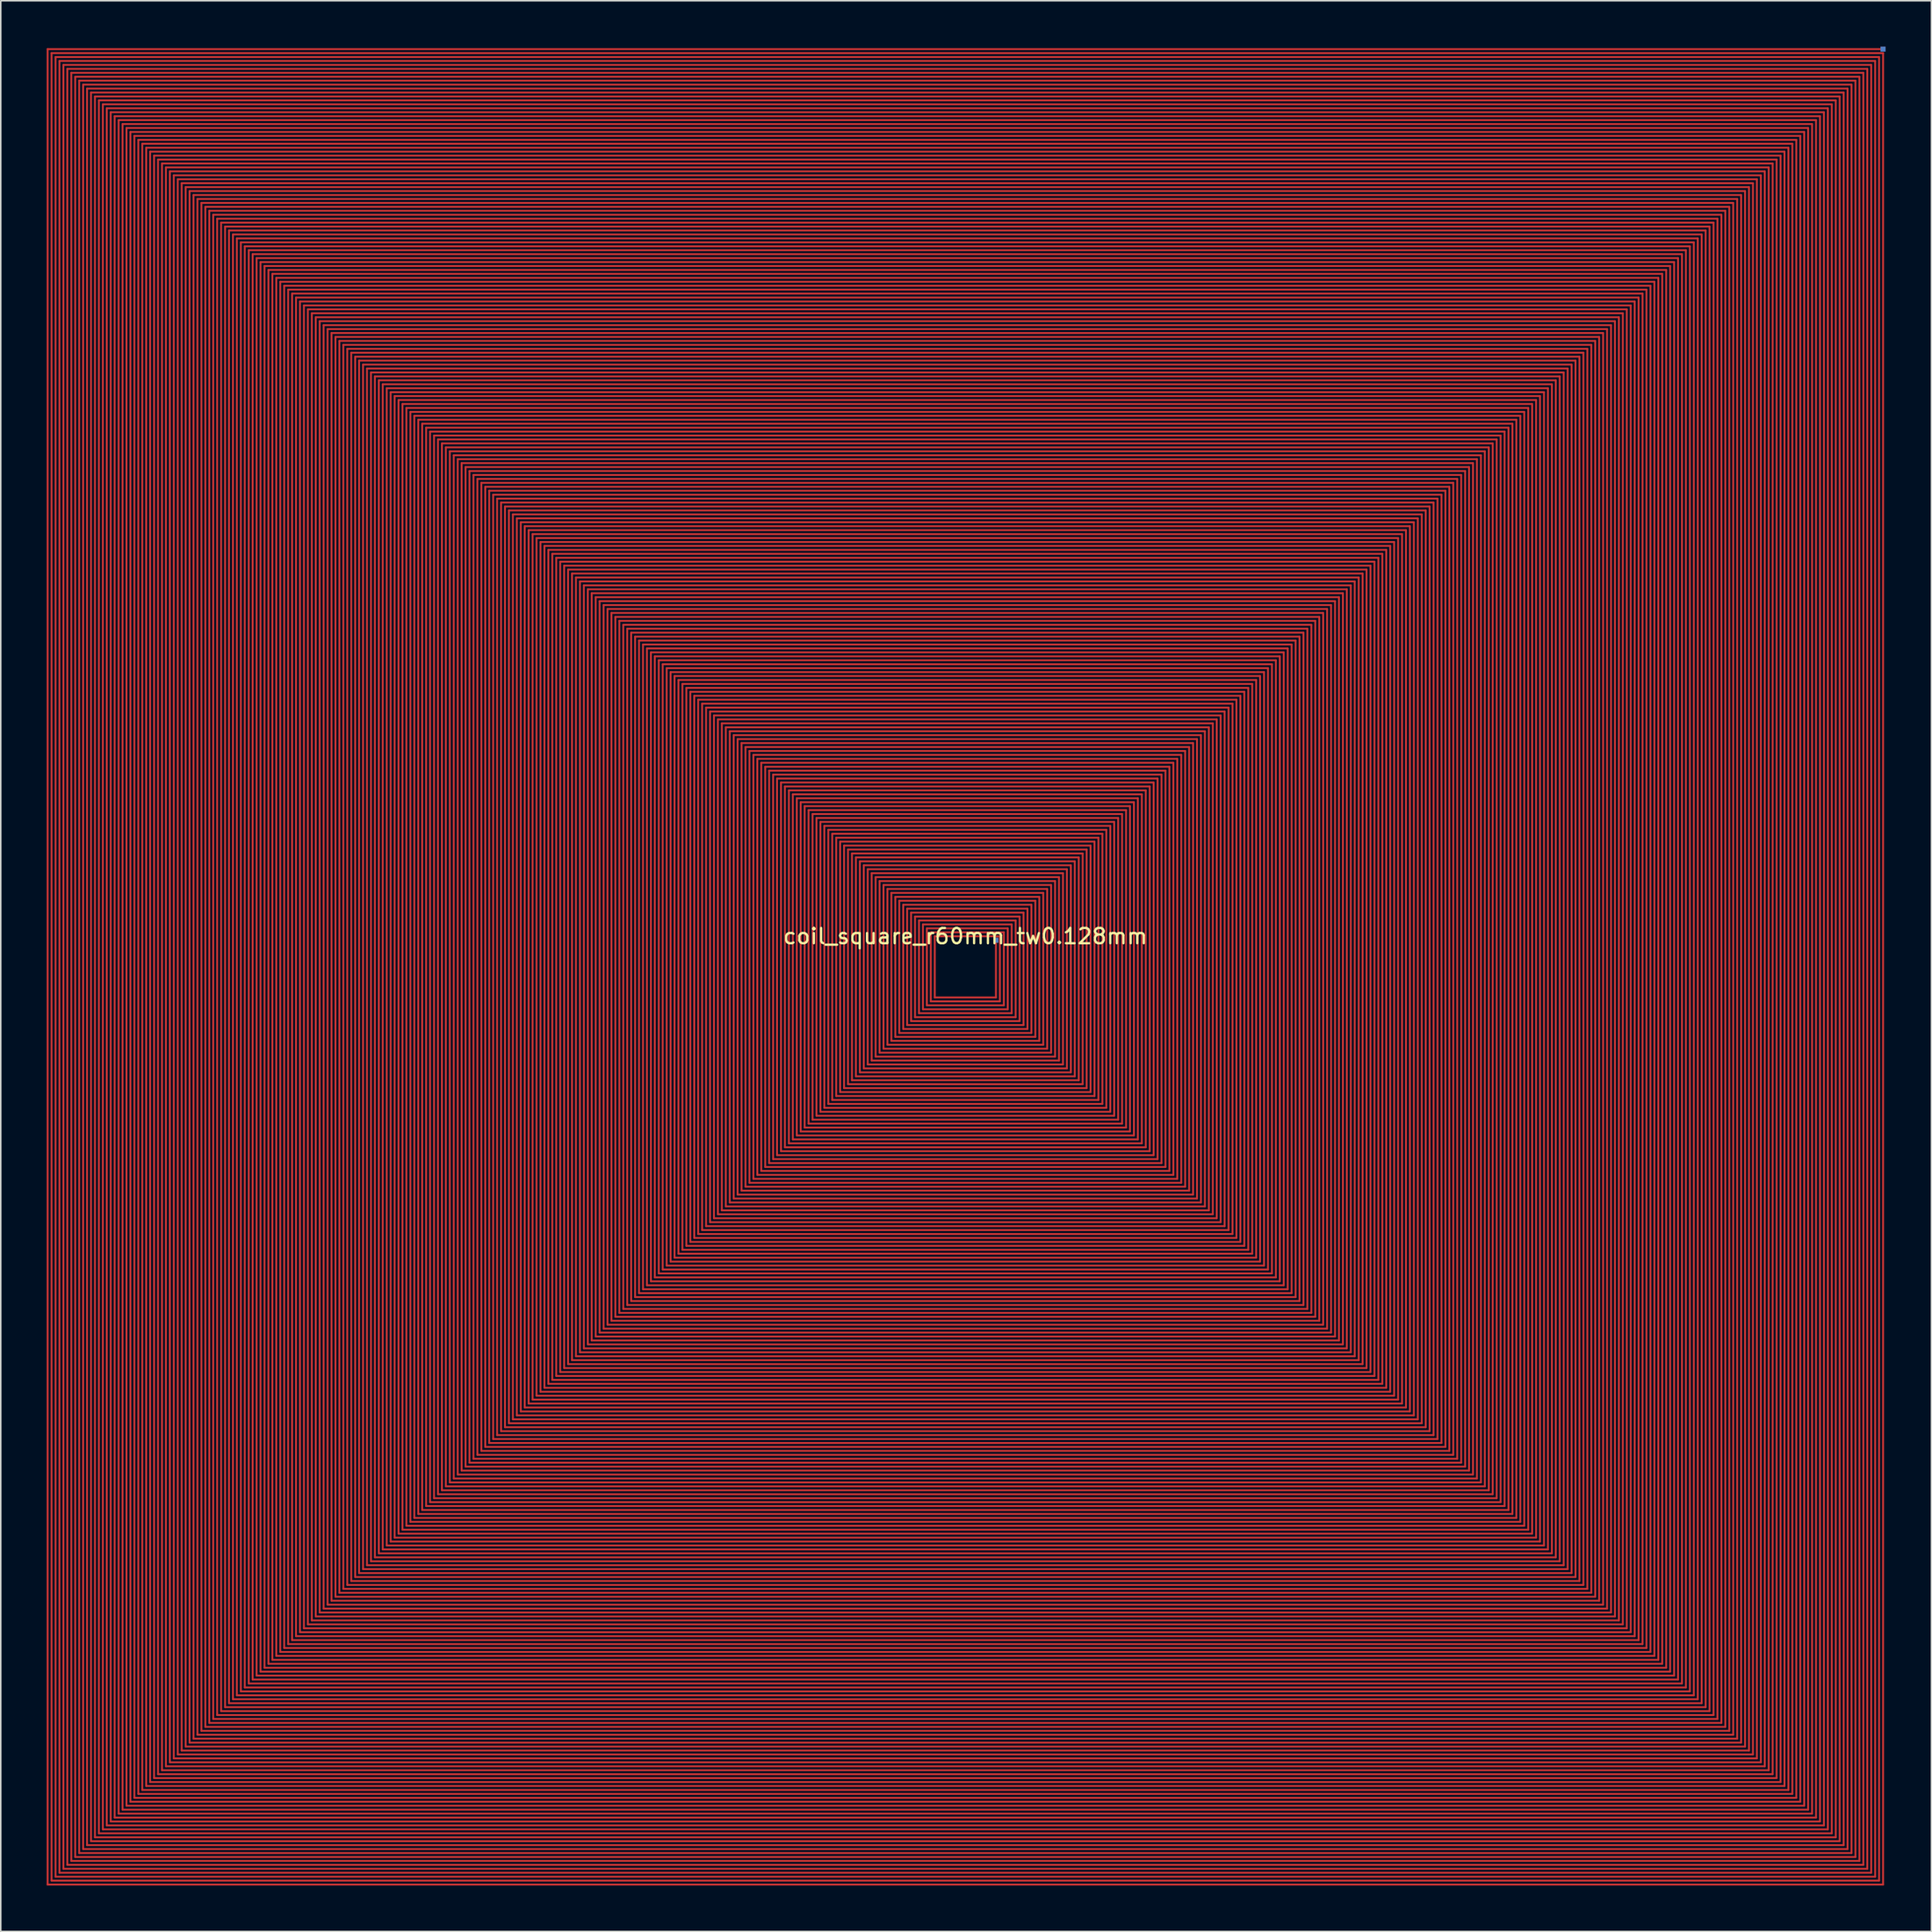
<source format=kicad_pcb>
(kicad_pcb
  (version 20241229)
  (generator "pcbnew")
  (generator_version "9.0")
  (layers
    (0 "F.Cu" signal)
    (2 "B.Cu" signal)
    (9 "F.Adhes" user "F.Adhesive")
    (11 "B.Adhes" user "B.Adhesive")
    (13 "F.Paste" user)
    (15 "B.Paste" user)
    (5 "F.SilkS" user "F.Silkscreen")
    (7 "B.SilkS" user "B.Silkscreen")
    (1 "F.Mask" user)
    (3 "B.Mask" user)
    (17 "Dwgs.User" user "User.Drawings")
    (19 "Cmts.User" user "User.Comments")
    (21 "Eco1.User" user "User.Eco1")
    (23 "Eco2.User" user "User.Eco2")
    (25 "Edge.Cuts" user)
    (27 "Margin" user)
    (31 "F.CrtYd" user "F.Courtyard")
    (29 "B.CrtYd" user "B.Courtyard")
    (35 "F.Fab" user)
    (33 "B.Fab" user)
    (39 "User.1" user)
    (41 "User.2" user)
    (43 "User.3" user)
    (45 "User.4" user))
  (footprint "coil_square_r60mm_tw0.128mm"
    (layer "F.Cu")
    (at 60.064 60.163)
    (property "Reference" "coil_square_r60mm_tw0.128mm" (at 0 -2 0) (layer "F.SilkS") (effects (font (size 1 1) (thickness 0.15))))
    (attr through_hole)
    (fp_line (start -60 -60) (end -60 60) (stroke (width 0.128) (type solid)) (layer "F.Cu"))
    (fp_line (start -60 60) (end 60 60) (stroke (width 0.128) (type solid)) (layer "F.Cu"))
    (fp_line (start -59.742 -59.742) (end -59.742 59.742) (stroke (width 0.128) (type solid)) (layer "F.Cu"))
    (fp_line (start -59.742 59.742) (end 59.742 59.742) (stroke (width 0.128) (type solid)) (layer "F.Cu"))
    (fp_line (start -59.484 -59.484) (end -59.484 59.484) (stroke (width 0.128) (type solid)) (layer "F.Cu"))
    (fp_line (start -59.484 59.484) (end 59.484 59.484) (stroke (width 0.128) (type solid)) (layer "F.Cu"))
    (fp_line (start -59.227 -59.227) (end -59.227 59.227) (stroke (width 0.128) (type solid)) (layer "F.Cu"))
    (fp_line (start -59.227 59.227) (end 59.227 59.227) (stroke (width 0.128) (type solid)) (layer "F.Cu"))
    (fp_line (start -58.969 -58.969) (end -58.969 58.969) (stroke (width 0.128) (type solid)) (layer "F.Cu"))
    (fp_line (start -58.969 58.969) (end 58.969 58.969) (stroke (width 0.128) (type solid)) (layer "F.Cu"))
    (fp_line (start -58.711 -58.711) (end -58.711 58.711) (stroke (width 0.128) (type solid)) (layer "F.Cu"))
    (fp_line (start -58.711 58.711) (end 58.711 58.711) (stroke (width 0.128) (type solid)) (layer "F.Cu"))
    (fp_line (start -58.453 -58.453) (end -58.453 58.453) (stroke (width 0.128) (type solid)) (layer "F.Cu"))
    (fp_line (start -58.453 58.453) (end 58.453 58.453) (stroke (width 0.128) (type solid)) (layer "F.Cu"))
    (fp_line (start -58.196 -58.196) (end -58.196 58.196) (stroke (width 0.128) (type solid)) (layer "F.Cu"))
    (fp_line (start -58.196 58.196) (end 58.196 58.196) (stroke (width 0.128) (type solid)) (layer "F.Cu"))
    (fp_line (start -57.938 -57.938) (end -57.938 57.938) (stroke (width 0.128) (type solid)) (layer "F.Cu"))
    (fp_line (start -57.938 57.938) (end 57.938 57.938) (stroke (width 0.128) (type solid)) (layer "F.Cu"))
    (fp_line (start -57.68 -57.68) (end -57.68 57.68) (stroke (width 0.128) (type solid)) (layer "F.Cu"))
    (fp_line (start -57.68 57.68) (end 57.68 57.68) (stroke (width 0.128) (type solid)) (layer "F.Cu"))
    (fp_line (start -57.422 -57.422) (end -57.422 57.422) (stroke (width 0.128) (type solid)) (layer "F.Cu"))
    (fp_line (start -57.422 57.422) (end 57.422 57.422) (stroke (width 0.128) (type solid)) (layer "F.Cu"))
    (fp_line (start -57.164 -57.164) (end -57.164 57.164) (stroke (width 0.128) (type solid)) (layer "F.Cu"))
    (fp_line (start -57.164 57.164) (end 57.164 57.164) (stroke (width 0.128) (type solid)) (layer "F.Cu"))
    (fp_line (start -56.907 -56.907) (end -56.907 56.907) (stroke (width 0.128) (type solid)) (layer "F.Cu"))
    (fp_line (start -56.907 56.907) (end 56.907 56.907) (stroke (width 0.128) (type solid)) (layer "F.Cu"))
    (fp_line (start -56.649 -56.649) (end -56.649 56.649) (stroke (width 0.128) (type solid)) (layer "F.Cu"))
    (fp_line (start -56.649 56.649) (end 56.649 56.649) (stroke (width 0.128) (type solid)) (layer "F.Cu"))
    (fp_line (start -56.391 -56.391) (end -56.391 56.391) (stroke (width 0.128) (type solid)) (layer "F.Cu"))
    (fp_line (start -56.391 56.391) (end 56.391 56.391) (stroke (width 0.128) (type solid)) (layer "F.Cu"))
    (fp_line (start -56.133 -56.133) (end -56.133 56.133) (stroke (width 0.128) (type solid)) (layer "F.Cu"))
    (fp_line (start -56.133 56.133) (end 56.133 56.133) (stroke (width 0.128) (type solid)) (layer "F.Cu"))
    (fp_line (start -55.876 -55.876) (end -55.876 55.876) (stroke (width 0.128) (type solid)) (layer "F.Cu"))
    (fp_line (start -55.876 55.876) (end 55.876 55.876) (stroke (width 0.128) (type solid)) (layer "F.Cu"))
    (fp_line (start -55.618 -55.618) (end -55.618 55.618) (stroke (width 0.128) (type solid)) (layer "F.Cu"))
    (fp_line (start -55.618 55.618) (end 55.618 55.618) (stroke (width 0.128) (type solid)) (layer "F.Cu"))
    (fp_line (start -55.36 -55.36) (end -55.36 55.36) (stroke (width 0.128) (type solid)) (layer "F.Cu"))
    (fp_line (start -55.36 55.36) (end 55.36 55.36) (stroke (width 0.128) (type solid)) (layer "F.Cu"))
    (fp_line (start -55.102 -55.102) (end -55.102 55.102) (stroke (width 0.128) (type solid)) (layer "F.Cu"))
    (fp_line (start -55.102 55.102) (end 55.102 55.102) (stroke (width 0.128) (type solid)) (layer "F.Cu"))
    (fp_line (start -54.844 -54.844) (end -54.844 54.844) (stroke (width 0.128) (type solid)) (layer "F.Cu"))
    (fp_line (start -54.844 54.844) (end 54.844 54.844) (stroke (width 0.128) (type solid)) (layer "F.Cu"))
    (fp_line (start -54.587 -54.587) (end -54.587 54.587) (stroke (width 0.128) (type solid)) (layer "F.Cu"))
    (fp_line (start -54.587 54.587) (end 54.587 54.587) (stroke (width 0.128) (type solid)) (layer "F.Cu"))
    (fp_line (start -54.329 -54.329) (end -54.329 54.329) (stroke (width 0.128) (type solid)) (layer "F.Cu"))
    (fp_line (start -54.329 54.329) (end 54.329 54.329) (stroke (width 0.128) (type solid)) (layer "F.Cu"))
    (fp_line (start -54.071 -54.071) (end -54.071 54.071) (stroke (width 0.128) (type solid)) (layer "F.Cu"))
    (fp_line (start -54.071 54.071) (end 54.071 54.071) (stroke (width 0.128) (type solid)) (layer "F.Cu"))
    (fp_line (start -53.813 -53.813) (end -53.813 53.813) (stroke (width 0.128) (type solid)) (layer "F.Cu"))
    (fp_line (start -53.813 53.813) (end 53.813 53.813) (stroke (width 0.128) (type solid)) (layer "F.Cu"))
    (fp_line (start -53.556 -53.556) (end -53.556 53.556) (stroke (width 0.128) (type solid)) (layer "F.Cu"))
    (fp_line (start -53.556 53.556) (end 53.556 53.556) (stroke (width 0.128) (type solid)) (layer "F.Cu"))
    (fp_line (start -53.298 -53.298) (end -53.298 53.298) (stroke (width 0.128) (type solid)) (layer "F.Cu"))
    (fp_line (start -53.298 53.298) (end 53.298 53.298) (stroke (width 0.128) (type solid)) (layer "F.Cu"))
    (fp_line (start -53.04 -53.04) (end -53.04 53.04) (stroke (width 0.128) (type solid)) (layer "F.Cu"))
    (fp_line (start -53.04 53.04) (end 53.04 53.04) (stroke (width 0.128) (type solid)) (layer "F.Cu"))
    (fp_line (start -52.782 -52.782) (end -52.782 52.782) (stroke (width 0.128) (type solid)) (layer "F.Cu"))
    (fp_line (start -52.782 52.782) (end 52.782 52.782) (stroke (width 0.128) (type solid)) (layer "F.Cu"))
    (fp_line (start -52.524 -52.524) (end -52.524 52.524) (stroke (width 0.128) (type solid)) (layer "F.Cu"))
    (fp_line (start -52.524 52.524) (end 52.524 52.524) (stroke (width 0.128) (type solid)) (layer "F.Cu"))
    (fp_line (start -52.267 -52.267) (end -52.267 52.267) (stroke (width 0.128) (type solid)) (layer "F.Cu"))
    (fp_line (start -52.267 52.267) (end 52.267 52.267) (stroke (width 0.128) (type solid)) (layer "F.Cu"))
    (fp_line (start -52.009 -52.009) (end -52.009 52.009) (stroke (width 0.128) (type solid)) (layer "F.Cu"))
    (fp_line (start -52.009 52.009) (end 52.009 52.009) (stroke (width 0.128) (type solid)) (layer "F.Cu"))
    (fp_line (start -51.751 -51.751) (end -51.751 51.751) (stroke (width 0.128) (type solid)) (layer "F.Cu"))
    (fp_line (start -51.751 51.751) (end 51.751 51.751) (stroke (width 0.128) (type solid)) (layer "F.Cu"))
    (fp_line (start -51.493 -51.493) (end -51.493 51.493) (stroke (width 0.128) (type solid)) (layer "F.Cu"))
    (fp_line (start -51.493 51.493) (end 51.493 51.493) (stroke (width 0.128) (type solid)) (layer "F.Cu"))
    (fp_line (start -51.236 -51.236) (end -51.236 51.236) (stroke (width 0.128) (type solid)) (layer "F.Cu"))
    (fp_line (start -51.236 51.236) (end 51.236 51.236) (stroke (width 0.128) (type solid)) (layer "F.Cu"))
    (fp_line (start -50.978 -50.978) (end -50.978 50.978) (stroke (width 0.128) (type solid)) (layer "F.Cu"))
    (fp_line (start -50.978 50.978) (end 50.978 50.978) (stroke (width 0.128) (type solid)) (layer "F.Cu"))
    (fp_line (start -50.72 -50.72) (end -50.72 50.72) (stroke (width 0.128) (type solid)) (layer "F.Cu"))
    (fp_line (start -50.72 50.72) (end 50.72 50.72) (stroke (width 0.128) (type solid)) (layer "F.Cu"))
    (fp_line (start -50.462 -50.462) (end -50.462 50.462) (stroke (width 0.128) (type solid)) (layer "F.Cu"))
    (fp_line (start -50.462 50.462) (end 50.462 50.462) (stroke (width 0.128) (type solid)) (layer "F.Cu"))
    (fp_line (start -50.204 -50.204) (end -50.204 50.204) (stroke (width 0.128) (type solid)) (layer "F.Cu"))
    (fp_line (start -50.204 50.204) (end 50.204 50.204) (stroke (width 0.128) (type solid)) (layer "F.Cu"))
    (fp_line (start -49.947 -49.947) (end -49.947 49.947) (stroke (width 0.128) (type solid)) (layer "F.Cu"))
    (fp_line (start -49.947 49.947) (end 49.947 49.947) (stroke (width 0.128) (type solid)) (layer "F.Cu"))
    (fp_line (start -49.689 -49.689) (end -49.689 49.689) (stroke (width 0.128) (type solid)) (layer "F.Cu"))
    (fp_line (start -49.689 49.689) (end 49.689 49.689) (stroke (width 0.128) (type solid)) (layer "F.Cu"))
    (fp_line (start -49.431 -49.431) (end -49.431 49.431) (stroke (width 0.128) (type solid)) (layer "F.Cu"))
    (fp_line (start -49.431 49.431) (end 49.431 49.431) (stroke (width 0.128) (type solid)) (layer "F.Cu"))
    (fp_line (start -49.173 -49.173) (end -49.173 49.173) (stroke (width 0.128) (type solid)) (layer "F.Cu"))
    (fp_line (start -49.173 49.173) (end 49.173 49.173) (stroke (width 0.128) (type solid)) (layer "F.Cu"))
    (fp_line (start -48.916 -48.916) (end -48.916 48.916) (stroke (width 0.128) (type solid)) (layer "F.Cu"))
    (fp_line (start -48.916 48.916) (end 48.916 48.916) (stroke (width 0.128) (type solid)) (layer "F.Cu"))
    (fp_line (start -48.658 -48.658) (end -48.658 48.658) (stroke (width 0.128) (type solid)) (layer "F.Cu"))
    (fp_line (start -48.658 48.658) (end 48.658 48.658) (stroke (width 0.128) (type solid)) (layer "F.Cu"))
    (fp_line (start -48.4 -48.4) (end -48.4 48.4) (stroke (width 0.128) (type solid)) (layer "F.Cu"))
    (fp_line (start -48.4 48.4) (end 48.4 48.4) (stroke (width 0.128) (type solid)) (layer "F.Cu"))
    (fp_line (start -48.142 -48.142) (end -48.142 48.142) (stroke (width 0.128) (type solid)) (layer "F.Cu"))
    (fp_line (start -48.142 48.142) (end 48.142 48.142) (stroke (width 0.128) (type solid)) (layer "F.Cu"))
    (fp_line (start -47.884 -47.884) (end -47.884 47.884) (stroke (width 0.128) (type solid)) (layer "F.Cu"))
    (fp_line (start -47.884 47.884) (end 47.884 47.884) (stroke (width 0.128) (type solid)) (layer "F.Cu"))
    (fp_line (start -47.627 -47.627) (end -47.627 47.627) (stroke (width 0.128) (type solid)) (layer "F.Cu"))
    (fp_line (start -47.627 47.627) (end 47.627 47.627) (stroke (width 0.128) (type solid)) (layer "F.Cu"))
    (fp_line (start -47.369 -47.369) (end -47.369 47.369) (stroke (width 0.128) (type solid)) (layer "F.Cu"))
    (fp_line (start -47.369 47.369) (end 47.369 47.369) (stroke (width 0.128) (type solid)) (layer "F.Cu"))
    (fp_line (start -47.111 -47.111) (end -47.111 47.111) (stroke (width 0.128) (type solid)) (layer "F.Cu"))
    (fp_line (start -47.111 47.111) (end 47.111 47.111) (stroke (width 0.128) (type solid)) (layer "F.Cu"))
    (fp_line (start -46.853 -46.853) (end -46.853 46.853) (stroke (width 0.128) (type solid)) (layer "F.Cu"))
    (fp_line (start -46.853 46.853) (end 46.853 46.853) (stroke (width 0.128) (type solid)) (layer "F.Cu"))
    (fp_line (start -46.596 -46.596) (end -46.596 46.596) (stroke (width 0.128) (type solid)) (layer "F.Cu"))
    (fp_line (start -46.596 46.596) (end 46.596 46.596) (stroke (width 0.128) (type solid)) (layer "F.Cu"))
    (fp_line (start -46.338 -46.338) (end -46.338 46.338) (stroke (width 0.128) (type solid)) (layer "F.Cu"))
    (fp_line (start -46.338 46.338) (end 46.338 46.338) (stroke (width 0.128) (type solid)) (layer "F.Cu"))
    (fp_line (start -46.08 -46.08) (end -46.08 46.08) (stroke (width 0.128) (type solid)) (layer "F.Cu"))
    (fp_line (start -46.08 46.08) (end 46.08 46.08) (stroke (width 0.128) (type solid)) (layer "F.Cu"))
    (fp_line (start -45.822 -45.822) (end -45.822 45.822) (stroke (width 0.128) (type solid)) (layer "F.Cu"))
    (fp_line (start -45.822 45.822) (end 45.822 45.822) (stroke (width 0.128) (type solid)) (layer "F.Cu"))
    (fp_line (start -45.564 -45.564) (end -45.564 45.564) (stroke (width 0.128) (type solid)) (layer "F.Cu"))
    (fp_line (start -45.564 45.564) (end 45.564 45.564) (stroke (width 0.128) (type solid)) (layer "F.Cu"))
    (fp_line (start -45.307 -45.307) (end -45.307 45.307) (stroke (width 0.128) (type solid)) (layer "F.Cu"))
    (fp_line (start -45.307 45.307) (end 45.307 45.307) (stroke (width 0.128) (type solid)) (layer "F.Cu"))
    (fp_line (start -45.049 -45.049) (end -45.049 45.049) (stroke (width 0.128) (type solid)) (layer "F.Cu"))
    (fp_line (start -45.049 45.049) (end 45.049 45.049) (stroke (width 0.128) (type solid)) (layer "F.Cu"))
    (fp_line (start -44.791 -44.791) (end -44.791 44.791) (stroke (width 0.128) (type solid)) (layer "F.Cu"))
    (fp_line (start -44.791 44.791) (end 44.791 44.791) (stroke (width 0.128) (type solid)) (layer "F.Cu"))
    (fp_line (start -44.533 -44.533) (end -44.533 44.533) (stroke (width 0.128) (type solid)) (layer "F.Cu"))
    (fp_line (start -44.533 44.533) (end 44.533 44.533) (stroke (width 0.128) (type solid)) (layer "F.Cu"))
    (fp_line (start -44.276 -44.276) (end -44.276 44.276) (stroke (width 0.128) (type solid)) (layer "F.Cu"))
    (fp_line (start -44.276 44.276) (end 44.276 44.276) (stroke (width 0.128) (type solid)) (layer "F.Cu"))
    (fp_line (start -44.018 -44.018) (end -44.018 44.018) (stroke (width 0.128) (type solid)) (layer "F.Cu"))
    (fp_line (start -44.018 44.018) (end 44.018 44.018) (stroke (width 0.128) (type solid)) (layer "F.Cu"))
    (fp_line (start -43.76 -43.76) (end -43.76 43.76) (stroke (width 0.128) (type solid)) (layer "F.Cu"))
    (fp_line (start -43.76 43.76) (end 43.76 43.76) (stroke (width 0.128) (type solid)) (layer "F.Cu"))
    (fp_line (start -43.502 -43.502) (end -43.502 43.502) (stroke (width 0.128) (type solid)) (layer "F.Cu"))
    (fp_line (start -43.502 43.502) (end 43.502 43.502) (stroke (width 0.128) (type solid)) (layer "F.Cu"))
    (fp_line (start -43.244 -43.244) (end -43.244 43.244) (stroke (width 0.128) (type solid)) (layer "F.Cu"))
    (fp_line (start -43.244 43.244) (end 43.244 43.244) (stroke (width 0.128) (type solid)) (layer "F.Cu"))
    (fp_line (start -42.987 -42.987) (end -42.987 42.987) (stroke (width 0.128) (type solid)) (layer "F.Cu"))
    (fp_line (start -42.987 42.987) (end 42.987 42.987) (stroke (width 0.128) (type solid)) (layer "F.Cu"))
    (fp_line (start -42.729 -42.729) (end -42.729 42.729) (stroke (width 0.128) (type solid)) (layer "F.Cu"))
    (fp_line (start -42.729 42.729) (end 42.729 42.729) (stroke (width 0.128) (type solid)) (layer "F.Cu"))
    (fp_line (start -42.471 -42.471) (end -42.471 42.471) (stroke (width 0.128) (type solid)) (layer "F.Cu"))
    (fp_line (start -42.471 42.471) (end 42.471 42.471) (stroke (width 0.128) (type solid)) (layer "F.Cu"))
    (fp_line (start -42.213 -42.213) (end -42.213 42.213) (stroke (width 0.128) (type solid)) (layer "F.Cu"))
    (fp_line (start -42.213 42.213) (end 42.213 42.213) (stroke (width 0.128) (type solid)) (layer "F.Cu"))
    (fp_line (start -41.956 -41.956) (end -41.956 41.956) (stroke (width 0.128) (type solid)) (layer "F.Cu"))
    (fp_line (start -41.956 41.956) (end 41.956 41.956) (stroke (width 0.128) (type solid)) (layer "F.Cu"))
    (fp_line (start -41.698 -41.698) (end -41.698 41.698) (stroke (width 0.128) (type solid)) (layer "F.Cu"))
    (fp_line (start -41.698 41.698) (end 41.698 41.698) (stroke (width 0.128) (type solid)) (layer "F.Cu"))
    (fp_line (start -41.44 -41.44) (end -41.44 41.44) (stroke (width 0.128) (type solid)) (layer "F.Cu"))
    (fp_line (start -41.44 41.44) (end 41.44 41.44) (stroke (width 0.128) (type solid)) (layer "F.Cu"))
    (fp_line (start -41.182 -41.182) (end -41.182 41.182) (stroke (width 0.128) (type solid)) (layer "F.Cu"))
    (fp_line (start -41.182 41.182) (end 41.182 41.182) (stroke (width 0.128) (type solid)) (layer "F.Cu"))
    (fp_line (start -40.924 -40.924) (end -40.924 40.924) (stroke (width 0.128) (type solid)) (layer "F.Cu"))
    (fp_line (start -40.924 40.924) (end 40.924 40.924) (stroke (width 0.128) (type solid)) (layer "F.Cu"))
    (fp_line (start -40.667 -40.667) (end -40.667 40.667) (stroke (width 0.128) (type solid)) (layer "F.Cu"))
    (fp_line (start -40.667 40.667) (end 40.667 40.667) (stroke (width 0.128) (type solid)) (layer "F.Cu"))
    (fp_line (start -40.409 -40.409) (end -40.409 40.409) (stroke (width 0.128) (type solid)) (layer "F.Cu"))
    (fp_line (start -40.409 40.409) (end 40.409 40.409) (stroke (width 0.128) (type solid)) (layer "F.Cu"))
    (fp_line (start -40.151 -40.151) (end -40.151 40.151) (stroke (width 0.128) (type solid)) (layer "F.Cu"))
    (fp_line (start -40.151 40.151) (end 40.151 40.151) (stroke (width 0.128) (type solid)) (layer "F.Cu"))
    (fp_line (start -39.893 -39.893) (end -39.893 39.893) (stroke (width 0.128) (type solid)) (layer "F.Cu"))
    (fp_line (start -39.893 39.893) (end 39.893 39.893) (stroke (width 0.128) (type solid)) (layer "F.Cu"))
    (fp_line (start -39.636 -39.636) (end -39.636 39.636) (stroke (width 0.128) (type solid)) (layer "F.Cu"))
    (fp_line (start -39.636 39.636) (end 39.636 39.636) (stroke (width 0.128) (type solid)) (layer "F.Cu"))
    (fp_line (start -39.378 -39.378) (end -39.378 39.378) (stroke (width 0.128) (type solid)) (layer "F.Cu"))
    (fp_line (start -39.378 39.378) (end 39.378 39.378) (stroke (width 0.128) (type solid)) (layer "F.Cu"))
    (fp_line (start -39.12 -39.12) (end -39.12 39.12) (stroke (width 0.128) (type solid)) (layer "F.Cu"))
    (fp_line (start -39.12 39.12) (end 39.12 39.12) (stroke (width 0.128) (type solid)) (layer "F.Cu"))
    (fp_line (start -38.862 -38.862) (end -38.862 38.862) (stroke (width 0.128) (type solid)) (layer "F.Cu"))
    (fp_line (start -38.862 38.862) (end 38.862 38.862) (stroke (width 0.128) (type solid)) (layer "F.Cu"))
    (fp_line (start -38.604 -38.604) (end -38.604 38.604) (stroke (width 0.128) (type solid)) (layer "F.Cu"))
    (fp_line (start -38.604 38.604) (end 38.604 38.604) (stroke (width 0.128) (type solid)) (layer "F.Cu"))
    (fp_line (start -38.347 -38.347) (end -38.347 38.347) (stroke (width 0.128) (type solid)) (layer "F.Cu"))
    (fp_line (start -38.347 38.347) (end 38.347 38.347) (stroke (width 0.128) (type solid)) (layer "F.Cu"))
    (fp_line (start -38.089 -38.089) (end -38.089 38.089) (stroke (width 0.128) (type solid)) (layer "F.Cu"))
    (fp_line (start -38.089 38.089) (end 38.089 38.089) (stroke (width 0.128) (type solid)) (layer "F.Cu"))
    (fp_line (start -37.831 -37.831) (end -37.831 37.831) (stroke (width 0.128) (type solid)) (layer "F.Cu"))
    (fp_line (start -37.831 37.831) (end 37.831 37.831) (stroke (width 0.128) (type solid)) (layer "F.Cu"))
    (fp_line (start -37.573 -37.573) (end -37.573 37.573) (stroke (width 0.128) (type solid)) (layer "F.Cu"))
    (fp_line (start -37.573 37.573) (end 37.573 37.573) (stroke (width 0.128) (type solid)) (layer "F.Cu"))
    (fp_line (start -37.316 -37.316) (end -37.316 37.316) (stroke (width 0.128) (type solid)) (layer "F.Cu"))
    (fp_line (start -37.316 37.316) (end 37.316 37.316) (stroke (width 0.128) (type solid)) (layer "F.Cu"))
    (fp_line (start -37.058 -37.058) (end -37.058 37.058) (stroke (width 0.128) (type solid)) (layer "F.Cu"))
    (fp_line (start -37.058 37.058) (end 37.058 37.058) (stroke (width 0.128) (type solid)) (layer "F.Cu"))
    (fp_line (start -36.8 -36.8) (end -36.8 36.8) (stroke (width 0.128) (type solid)) (layer "F.Cu"))
    (fp_line (start -36.8 36.8) (end 36.8 36.8) (stroke (width 0.128) (type solid)) (layer "F.Cu"))
    (fp_line (start -36.542 -36.542) (end -36.542 36.542) (stroke (width 0.128) (type solid)) (layer "F.Cu"))
    (fp_line (start -36.542 36.542) (end 36.542 36.542) (stroke (width 0.128) (type solid)) (layer "F.Cu"))
    (fp_line (start -36.284 -36.284) (end -36.284 36.284) (stroke (width 0.128) (type solid)) (layer "F.Cu"))
    (fp_line (start -36.284 36.284) (end 36.284 36.284) (stroke (width 0.128) (type solid)) (layer "F.Cu"))
    (fp_line (start -36.027 -36.027) (end -36.027 36.027) (stroke (width 0.128) (type solid)) (layer "F.Cu"))
    (fp_line (start -36.027 36.027) (end 36.027 36.027) (stroke (width 0.128) (type solid)) (layer "F.Cu"))
    (fp_line (start -35.769 -35.769) (end -35.769 35.769) (stroke (width 0.128) (type solid)) (layer "F.Cu"))
    (fp_line (start -35.769 35.769) (end 35.769 35.769) (stroke (width 0.128) (type solid)) (layer "F.Cu"))
    (fp_line (start -35.511 -35.511) (end -35.511 35.511) (stroke (width 0.128) (type solid)) (layer "F.Cu"))
    (fp_line (start -35.511 35.511) (end 35.511 35.511) (stroke (width 0.128) (type solid)) (layer "F.Cu"))
    (fp_line (start -35.253 -35.253) (end -35.253 35.253) (stroke (width 0.128) (type solid)) (layer "F.Cu"))
    (fp_line (start -35.253 35.253) (end 35.253 35.253) (stroke (width 0.128) (type solid)) (layer "F.Cu"))
    (fp_line (start -34.996 -34.996) (end -34.996 34.996) (stroke (width 0.128) (type solid)) (layer "F.Cu"))
    (fp_line (start -34.996 34.996) (end 34.996 34.996) (stroke (width 0.128) (type solid)) (layer "F.Cu"))
    (fp_line (start -34.738 -34.738) (end -34.738 34.738) (stroke (width 0.128) (type solid)) (layer "F.Cu"))
    (fp_line (start -34.738 34.738) (end 34.738 34.738) (stroke (width 0.128) (type solid)) (layer "F.Cu"))
    (fp_line (start -34.48 -34.48) (end -34.48 34.48) (stroke (width 0.128) (type solid)) (layer "F.Cu"))
    (fp_line (start -34.48 34.48) (end 34.48 34.48) (stroke (width 0.128) (type solid)) (layer "F.Cu"))
    (fp_line (start -34.222 -34.222) (end -34.222 34.222) (stroke (width 0.128) (type solid)) (layer "F.Cu"))
    (fp_line (start -34.222 34.222) (end 34.222 34.222) (stroke (width 0.128) (type solid)) (layer "F.Cu"))
    (fp_line (start -33.964 -33.964) (end -33.964 33.964) (stroke (width 0.128) (type solid)) (layer "F.Cu"))
    (fp_line (start -33.964 33.964) (end 33.964 33.964) (stroke (width 0.128) (type solid)) (layer "F.Cu"))
    (fp_line (start -33.707 -33.707) (end -33.707 33.707) (stroke (width 0.128) (type solid)) (layer "F.Cu"))
    (fp_line (start -33.707 33.707) (end 33.707 33.707) (stroke (width 0.128) (type solid)) (layer "F.Cu"))
    (fp_line (start -33.449 -33.449) (end -33.449 33.449) (stroke (width 0.128) (type solid)) (layer "F.Cu"))
    (fp_line (start -33.449 33.449) (end 33.449 33.449) (stroke (width 0.128) (type solid)) (layer "F.Cu"))
    (fp_line (start -33.191 -33.191) (end -33.191 33.191) (stroke (width 0.128) (type solid)) (layer "F.Cu"))
    (fp_line (start -33.191 33.191) (end 33.191 33.191) (stroke (width 0.128) (type solid)) (layer "F.Cu"))
    (fp_line (start -32.933 -32.933) (end -32.933 32.933) (stroke (width 0.128) (type solid)) (layer "F.Cu"))
    (fp_line (start -32.933 32.933) (end 32.933 32.933) (stroke (width 0.128) (type solid)) (layer "F.Cu"))
    (fp_line (start -32.676 -32.676) (end -32.676 32.676) (stroke (width 0.128) (type solid)) (layer "F.Cu"))
    (fp_line (start -32.676 32.676) (end 32.676 32.676) (stroke (width 0.128) (type solid)) (layer "F.Cu"))
    (fp_line (start -32.418 -32.418) (end -32.418 32.418) (stroke (width 0.128) (type solid)) (layer "F.Cu"))
    (fp_line (start -32.418 32.418) (end 32.418 32.418) (stroke (width 0.128) (type solid)) (layer "F.Cu"))
    (fp_line (start -32.16 -32.16) (end -32.16 32.16) (stroke (width 0.128) (type solid)) (layer "F.Cu"))
    (fp_line (start -32.16 32.16) (end 32.16 32.16) (stroke (width 0.128) (type solid)) (layer "F.Cu"))
    (fp_line (start -31.902 -31.902) (end -31.902 31.902) (stroke (width 0.128) (type solid)) (layer "F.Cu"))
    (fp_line (start -31.902 31.902) (end 31.902 31.902) (stroke (width 0.128) (type solid)) (layer "F.Cu"))
    (fp_line (start -31.644 -31.644) (end -31.644 31.644) (stroke (width 0.128) (type solid)) (layer "F.Cu"))
    (fp_line (start -31.644 31.644) (end 31.644 31.644) (stroke (width 0.128) (type solid)) (layer "F.Cu"))
    (fp_line (start -31.387 -31.387) (end -31.387 31.387) (stroke (width 0.128) (type solid)) (layer "F.Cu"))
    (fp_line (start -31.387 31.387) (end 31.387 31.387) (stroke (width 0.128) (type solid)) (layer "F.Cu"))
    (fp_line (start -31.129 -31.129) (end -31.129 31.129) (stroke (width 0.128) (type solid)) (layer "F.Cu"))
    (fp_line (start -31.129 31.129) (end 31.129 31.129) (stroke (width 0.128) (type solid)) (layer "F.Cu"))
    (fp_line (start -30.871 -30.871) (end -30.871 30.871) (stroke (width 0.128) (type solid)) (layer "F.Cu"))
    (fp_line (start -30.871 30.871) (end 30.871 30.871) (stroke (width 0.128) (type solid)) (layer "F.Cu"))
    (fp_line (start -30.613 -30.613) (end -30.613 30.613) (stroke (width 0.128) (type solid)) (layer "F.Cu"))
    (fp_line (start -30.613 30.613) (end 30.613 30.613) (stroke (width 0.128) (type solid)) (layer "F.Cu"))
    (fp_line (start -30.356 -30.356) (end -30.356 30.356) (stroke (width 0.128) (type solid)) (layer "F.Cu"))
    (fp_line (start -30.356 30.356) (end 30.356 30.356) (stroke (width 0.128) (type solid)) (layer "F.Cu"))
    (fp_line (start -30.098 -30.098) (end -30.098 30.098) (stroke (width 0.128) (type solid)) (layer "F.Cu"))
    (fp_line (start -30.098 30.098) (end 30.098 30.098) (stroke (width 0.128) (type solid)) (layer "F.Cu"))
    (fp_line (start -29.84 -29.84) (end -29.84 29.84) (stroke (width 0.128) (type solid)) (layer "F.Cu"))
    (fp_line (start -29.84 29.84) (end 29.84 29.84) (stroke (width 0.128) (type solid)) (layer "F.Cu"))
    (fp_line (start -29.582 -29.582) (end -29.582 29.582) (stroke (width 0.128) (type solid)) (layer "F.Cu"))
    (fp_line (start -29.582 29.582) (end 29.582 29.582) (stroke (width 0.128) (type solid)) (layer "F.Cu"))
    (fp_line (start -29.324 -29.324) (end -29.324 29.324) (stroke (width 0.128) (type solid)) (layer "F.Cu"))
    (fp_line (start -29.324 29.324) (end 29.324 29.324) (stroke (width 0.128) (type solid)) (layer "F.Cu"))
    (fp_line (start -29.067 -29.067) (end -29.067 29.067) (stroke (width 0.128) (type solid)) (layer "F.Cu"))
    (fp_line (start -29.067 29.067) (end 29.067 29.067) (stroke (width 0.128) (type solid)) (layer "F.Cu"))
    (fp_line (start -28.809 -28.809) (end -28.809 28.809) (stroke (width 0.128) (type solid)) (layer "F.Cu"))
    (fp_line (start -28.809 28.809) (end 28.809 28.809) (stroke (width 0.128) (type solid)) (layer "F.Cu"))
    (fp_line (start -28.551 -28.551) (end -28.551 28.551) (stroke (width 0.128) (type solid)) (layer "F.Cu"))
    (fp_line (start -28.551 28.551) (end 28.551 28.551) (stroke (width 0.128) (type solid)) (layer "F.Cu"))
    (fp_line (start -28.293 -28.293) (end -28.293 28.293) (stroke (width 0.128) (type solid)) (layer "F.Cu"))
    (fp_line (start -28.293 28.293) (end 28.293 28.293) (stroke (width 0.128) (type solid)) (layer "F.Cu"))
    (fp_line (start -28.036 -28.036) (end -28.036 28.036) (stroke (width 0.128) (type solid)) (layer "F.Cu"))
    (fp_line (start -28.036 28.036) (end 28.036 28.036) (stroke (width 0.128) (type solid)) (layer "F.Cu"))
    (fp_line (start -27.778 -27.778) (end -27.778 27.778) (stroke (width 0.128) (type solid)) (layer "F.Cu"))
    (fp_line (start -27.778 27.778) (end 27.778 27.778) (stroke (width 0.128) (type solid)) (layer "F.Cu"))
    (fp_line (start -27.52 -27.52) (end -27.52 27.52) (stroke (width 0.128) (type solid)) (layer "F.Cu"))
    (fp_line (start -27.52 27.52) (end 27.52 27.52) (stroke (width 0.128) (type solid)) (layer "F.Cu"))
    (fp_line (start -27.262 -27.262) (end -27.262 27.262) (stroke (width 0.128) (type solid)) (layer "F.Cu"))
    (fp_line (start -27.262 27.262) (end 27.262 27.262) (stroke (width 0.128) (type solid)) (layer "F.Cu"))
    (fp_line (start -27.004 -27.004) (end -27.004 27.004) (stroke (width 0.128) (type solid)) (layer "F.Cu"))
    (fp_line (start -27.004 27.004) (end 27.004 27.004) (stroke (width 0.128) (type solid)) (layer "F.Cu"))
    (fp_line (start -26.747 -26.747) (end -26.747 26.747) (stroke (width 0.128) (type solid)) (layer "F.Cu"))
    (fp_line (start -26.747 26.747) (end 26.747 26.747) (stroke (width 0.128) (type solid)) (layer "F.Cu"))
    (fp_line (start -26.489 -26.489) (end -26.489 26.489) (stroke (width 0.128) (type solid)) (layer "F.Cu"))
    (fp_line (start -26.489 26.489) (end 26.489 26.489) (stroke (width 0.128) (type solid)) (layer "F.Cu"))
    (fp_line (start -26.231 -26.231) (end -26.231 26.231) (stroke (width 0.128) (type solid)) (layer "F.Cu"))
    (fp_line (start -26.231 26.231) (end 26.231 26.231) (stroke (width 0.128) (type solid)) (layer "F.Cu"))
    (fp_line (start -25.973 -25.973) (end -25.973 25.973) (stroke (width 0.128) (type solid)) (layer "F.Cu"))
    (fp_line (start -25.973 25.973) (end 25.973 25.973) (stroke (width 0.128) (type solid)) (layer "F.Cu"))
    (fp_line (start -25.716 -25.716) (end -25.716 25.716) (stroke (width 0.128) (type solid)) (layer "F.Cu"))
    (fp_line (start -25.716 25.716) (end 25.716 25.716) (stroke (width 0.128) (type solid)) (layer "F.Cu"))
    (fp_line (start -25.458 -25.458) (end -25.458 25.458) (stroke (width 0.128) (type solid)) (layer "F.Cu"))
    (fp_line (start -25.458 25.458) (end 25.458 25.458) (stroke (width 0.128) (type solid)) (layer "F.Cu"))
    (fp_line (start -25.2 -25.2) (end -25.2 25.2) (stroke (width 0.128) (type solid)) (layer "F.Cu"))
    (fp_line (start -25.2 25.2) (end 25.2 25.2) (stroke (width 0.128) (type solid)) (layer "F.Cu"))
    (fp_line (start -24.942 -24.942) (end -24.942 24.942) (stroke (width 0.128) (type solid)) (layer "F.Cu"))
    (fp_line (start -24.942 24.942) (end 24.942 24.942) (stroke (width 0.128) (type solid)) (layer "F.Cu"))
    (fp_line (start -24.684 -24.684) (end -24.684 24.684) (stroke (width 0.128) (type solid)) (layer "F.Cu"))
    (fp_line (start -24.684 24.684) (end 24.684 24.684) (stroke (width 0.128) (type solid)) (layer "F.Cu"))
    (fp_line (start -24.427 -24.427) (end -24.427 24.427) (stroke (width 0.128) (type solid)) (layer "F.Cu"))
    (fp_line (start -24.427 24.427) (end 24.427 24.427) (stroke (width 0.128) (type solid)) (layer "F.Cu"))
    (fp_line (start -24.169 -24.169) (end -24.169 24.169) (stroke (width 0.128) (type solid)) (layer "F.Cu"))
    (fp_line (start -24.169 24.169) (end 24.169 24.169) (stroke (width 0.128) (type solid)) (layer "F.Cu"))
    (fp_line (start -23.911 -23.911) (end -23.911 23.911) (stroke (width 0.128) (type solid)) (layer "F.Cu"))
    (fp_line (start -23.911 23.911) (end 23.911 23.911) (stroke (width 0.128) (type solid)) (layer "F.Cu"))
    (fp_line (start -23.653 -23.653) (end -23.653 23.653) (stroke (width 0.128) (type solid)) (layer "F.Cu"))
    (fp_line (start -23.653 23.653) (end 23.653 23.653) (stroke (width 0.128) (type solid)) (layer "F.Cu"))
    (fp_line (start -23.396 -23.396) (end -23.396 23.396) (stroke (width 0.128) (type solid)) (layer "F.Cu"))
    (fp_line (start -23.396 23.396) (end 23.396 23.396) (stroke (width 0.128) (type solid)) (layer "F.Cu"))
    (fp_line (start -23.138 -23.138) (end -23.138 23.138) (stroke (width 0.128) (type solid)) (layer "F.Cu"))
    (fp_line (start -23.138 23.138) (end 23.138 23.138) (stroke (width 0.128) (type solid)) (layer "F.Cu"))
    (fp_line (start -22.88 -22.88) (end -22.88 22.88) (stroke (width 0.128) (type solid)) (layer "F.Cu"))
    (fp_line (start -22.88 22.88) (end 22.88 22.88) (stroke (width 0.128) (type solid)) (layer "F.Cu"))
    (fp_line (start -22.622 -22.622) (end -22.622 22.622) (stroke (width 0.128) (type solid)) (layer "F.Cu"))
    (fp_line (start -22.622 22.622) (end 22.622 22.622) (stroke (width 0.128) (type solid)) (layer "F.Cu"))
    (fp_line (start -22.364 -22.364) (end -22.364 22.364) (stroke (width 0.128) (type solid)) (layer "F.Cu"))
    (fp_line (start -22.364 22.364) (end 22.364 22.364) (stroke (width 0.128) (type solid)) (layer "F.Cu"))
    (fp_line (start -22.107 -22.107) (end -22.107 22.107) (stroke (width 0.128) (type solid)) (layer "F.Cu"))
    (fp_line (start -22.107 22.107) (end 22.107 22.107) (stroke (width 0.128) (type solid)) (layer "F.Cu"))
    (fp_line (start -21.849 -21.849) (end -21.849 21.849) (stroke (width 0.128) (type solid)) (layer "F.Cu"))
    (fp_line (start -21.849 21.849) (end 21.849 21.849) (stroke (width 0.128) (type solid)) (layer "F.Cu"))
    (fp_line (start -21.591 -21.591) (end -21.591 21.591) (stroke (width 0.128) (type solid)) (layer "F.Cu"))
    (fp_line (start -21.591 21.591) (end 21.591 21.591) (stroke (width 0.128) (type solid)) (layer "F.Cu"))
    (fp_line (start -21.333 -21.333) (end -21.333 21.333) (stroke (width 0.128) (type solid)) (layer "F.Cu"))
    (fp_line (start -21.333 21.333) (end 21.333 21.333) (stroke (width 0.128) (type solid)) (layer "F.Cu"))
    (fp_line (start -21.076 -21.076) (end -21.076 21.076) (stroke (width 0.128) (type solid)) (layer "F.Cu"))
    (fp_line (start -21.076 21.076) (end 21.076 21.076) (stroke (width 0.128) (type solid)) (layer "F.Cu"))
    (fp_line (start -20.818 -20.818) (end -20.818 20.818) (stroke (width 0.128) (type solid)) (layer "F.Cu"))
    (fp_line (start -20.818 20.818) (end 20.818 20.818) (stroke (width 0.128) (type solid)) (layer "F.Cu"))
    (fp_line (start -20.56 -20.56) (end -20.56 20.56) (stroke (width 0.128) (type solid)) (layer "F.Cu"))
    (fp_line (start -20.56 20.56) (end 20.56 20.56) (stroke (width 0.128) (type solid)) (layer "F.Cu"))
    (fp_line (start -20.302 -20.302) (end -20.302 20.302) (stroke (width 0.128) (type solid)) (layer "F.Cu"))
    (fp_line (start -20.302 20.302) (end 20.302 20.302) (stroke (width 0.128) (type solid)) (layer "F.Cu"))
    (fp_line (start -20.044 -20.044) (end -20.044 20.044) (stroke (width 0.128) (type solid)) (layer "F.Cu"))
    (fp_line (start -20.044 20.044) (end 20.044 20.044) (stroke (width 0.128) (type solid)) (layer "F.Cu"))
    (fp_line (start -19.787 -19.787) (end -19.787 19.787) (stroke (width 0.128) (type solid)) (layer "F.Cu"))
    (fp_line (start -19.787 19.787) (end 19.787 19.787) (stroke (width 0.128) (type solid)) (layer "F.Cu"))
    (fp_line (start -19.529 -19.529) (end -19.529 19.529) (stroke (width 0.128) (type solid)) (layer "F.Cu"))
    (fp_line (start -19.529 19.529) (end 19.529 19.529) (stroke (width 0.128) (type solid)) (layer "F.Cu"))
    (fp_line (start -19.271 -19.271) (end -19.271 19.271) (stroke (width 0.128) (type solid)) (layer "F.Cu"))
    (fp_line (start -19.271 19.271) (end 19.271 19.271) (stroke (width 0.128) (type solid)) (layer "F.Cu"))
    (fp_line (start -19.013 -19.013) (end -19.013 19.013) (stroke (width 0.128) (type solid)) (layer "F.Cu"))
    (fp_line (start -19.013 19.013) (end 19.013 19.013) (stroke (width 0.128) (type solid)) (layer "F.Cu"))
    (fp_line (start -18.756 -18.756) (end -18.756 18.756) (stroke (width 0.128) (type solid)) (layer "F.Cu"))
    (fp_line (start -18.756 18.756) (end 18.756 18.756) (stroke (width 0.128) (type solid)) (layer "F.Cu"))
    (fp_line (start -18.498 -18.498) (end -18.498 18.498) (stroke (width 0.128) (type solid)) (layer "F.Cu"))
    (fp_line (start -18.498 18.498) (end 18.498 18.498) (stroke (width 0.128) (type solid)) (layer "F.Cu"))
    (fp_line (start -18.24 -18.24) (end -18.24 18.24) (stroke (width 0.128) (type solid)) (layer "F.Cu"))
    (fp_line (start -18.24 18.24) (end 18.24 18.24) (stroke (width 0.128) (type solid)) (layer "F.Cu"))
    (fp_line (start -17.982 -17.982) (end -17.982 17.982) (stroke (width 0.128) (type solid)) (layer "F.Cu"))
    (fp_line (start -17.982 17.982) (end 17.982 17.982) (stroke (width 0.128) (type solid)) (layer "F.Cu"))
    (fp_line (start -17.724 -17.724) (end -17.724 17.724) (stroke (width 0.128) (type solid)) (layer "F.Cu"))
    (fp_line (start -17.724 17.724) (end 17.724 17.724) (stroke (width 0.128) (type solid)) (layer "F.Cu"))
    (fp_line (start -17.467 -17.467) (end -17.467 17.467) (stroke (width 0.128) (type solid)) (layer "F.Cu"))
    (fp_line (start -17.467 17.467) (end 17.467 17.467) (stroke (width 0.128) (type solid)) (layer "F.Cu"))
    (fp_line (start -17.209 -17.209) (end -17.209 17.209) (stroke (width 0.128) (type solid)) (layer "F.Cu"))
    (fp_line (start -17.209 17.209) (end 17.209 17.209) (stroke (width 0.128) (type solid)) (layer "F.Cu"))
    (fp_line (start -16.951 -16.951) (end -16.951 16.951) (stroke (width 0.128) (type solid)) (layer "F.Cu"))
    (fp_line (start -16.951 16.951) (end 16.951 16.951) (stroke (width 0.128) (type solid)) (layer "F.Cu"))
    (fp_line (start -16.693 -16.693) (end -16.693 16.693) (stroke (width 0.128) (type solid)) (layer "F.Cu"))
    (fp_line (start -16.693 16.693) (end 16.693 16.693) (stroke (width 0.128) (type solid)) (layer "F.Cu"))
    (fp_line (start -16.436 -16.436) (end -16.436 16.436) (stroke (width 0.128) (type solid)) (layer "F.Cu"))
    (fp_line (start -16.436 16.436) (end 16.436 16.436) (stroke (width 0.128) (type solid)) (layer "F.Cu"))
    (fp_line (start -16.178 -16.178) (end -16.178 16.178) (stroke (width 0.128) (type solid)) (layer "F.Cu"))
    (fp_line (start -16.178 16.178) (end 16.178 16.178) (stroke (width 0.128) (type solid)) (layer "F.Cu"))
    (fp_line (start -15.92 -15.92) (end -15.92 15.92) (stroke (width 0.128) (type solid)) (layer "F.Cu"))
    (fp_line (start -15.92 15.92) (end 15.92 15.92) (stroke (width 0.128) (type solid)) (layer "F.Cu"))
    (fp_line (start -15.662 -15.662) (end -15.662 15.662) (stroke (width 0.128) (type solid)) (layer "F.Cu"))
    (fp_line (start -15.662 15.662) (end 15.662 15.662) (stroke (width 0.128) (type solid)) (layer "F.Cu"))
    (fp_line (start -15.404 -15.404) (end -15.404 15.404) (stroke (width 0.128) (type solid)) (layer "F.Cu"))
    (fp_line (start -15.404 15.404) (end 15.404 15.404) (stroke (width 0.128) (type solid)) (layer "F.Cu"))
    (fp_line (start -15.147 -15.147) (end -15.147 15.147) (stroke (width 0.128) (type solid)) (layer "F.Cu"))
    (fp_line (start -15.147 15.147) (end 15.147 15.147) (stroke (width 0.128) (type solid)) (layer "F.Cu"))
    (fp_line (start -14.889 -14.889) (end -14.889 14.889) (stroke (width 0.128) (type solid)) (layer "F.Cu"))
    (fp_line (start -14.889 14.889) (end 14.889 14.889) (stroke (width 0.128) (type solid)) (layer "F.Cu"))
    (fp_line (start -14.631 -14.631) (end -14.631 14.631) (stroke (width 0.128) (type solid)) (layer "F.Cu"))
    (fp_line (start -14.631 14.631) (end 14.631 14.631) (stroke (width 0.128) (type solid)) (layer "F.Cu"))
    (fp_line (start -14.373 -14.373) (end -14.373 14.373) (stroke (width 0.128) (type solid)) (layer "F.Cu"))
    (fp_line (start -14.373 14.373) (end 14.373 14.373) (stroke (width 0.128) (type solid)) (layer "F.Cu"))
    (fp_line (start -14.116 -14.116) (end -14.116 14.116) (stroke (width 0.128) (type solid)) (layer "F.Cu"))
    (fp_line (start -14.116 14.116) (end 14.116 14.116) (stroke (width 0.128) (type solid)) (layer "F.Cu"))
    (fp_line (start -13.858 -13.858) (end -13.858 13.858) (stroke (width 0.128) (type solid)) (layer "F.Cu"))
    (fp_line (start -13.858 13.858) (end 13.858 13.858) (stroke (width 0.128) (type solid)) (layer "F.Cu"))
    (fp_line (start -13.6 -13.6) (end -13.6 13.6) (stroke (width 0.128) (type solid)) (layer "F.Cu"))
    (fp_line (start -13.6 13.6) (end 13.6 13.6) (stroke (width 0.128) (type solid)) (layer "F.Cu"))
    (fp_line (start -13.342 -13.342) (end -13.342 13.342) (stroke (width 0.128) (type solid)) (layer "F.Cu"))
    (fp_line (start -13.342 13.342) (end 13.342 13.342) (stroke (width 0.128) (type solid)) (layer "F.Cu"))
    (fp_line (start -13.084 -13.084) (end -13.084 13.084) (stroke (width 0.128) (type solid)) (layer "F.Cu"))
    (fp_line (start -13.084 13.084) (end 13.084 13.084) (stroke (width 0.128) (type solid)) (layer "F.Cu"))
    (fp_line (start -12.827 -12.827) (end -12.827 12.827) (stroke (width 0.128) (type solid)) (layer "F.Cu"))
    (fp_line (start -12.827 12.827) (end 12.827 12.827) (stroke (width 0.128) (type solid)) (layer "F.Cu"))
    (fp_line (start -12.569 -12.569) (end -12.569 12.569) (stroke (width 0.128) (type solid)) (layer "F.Cu"))
    (fp_line (start -12.569 12.569) (end 12.569 12.569) (stroke (width 0.128) (type solid)) (layer "F.Cu"))
    (fp_line (start -12.311 -12.311) (end -12.311 12.311) (stroke (width 0.128) (type solid)) (layer "F.Cu"))
    (fp_line (start -12.311 12.311) (end 12.311 12.311) (stroke (width 0.128) (type solid)) (layer "F.Cu"))
    (fp_line (start -12.053 -12.053) (end -12.053 12.053) (stroke (width 0.128) (type solid)) (layer "F.Cu"))
    (fp_line (start -12.053 12.053) (end 12.053 12.053) (stroke (width 0.128) (type solid)) (layer "F.Cu"))
    (fp_line (start -11.796 -11.796) (end -11.796 11.796) (stroke (width 0.128) (type solid)) (layer "F.Cu"))
    (fp_line (start -11.796 11.796) (end 11.796 11.796) (stroke (width 0.128) (type solid)) (layer "F.Cu"))
    (fp_line (start -11.538 -11.538) (end -11.538 11.538) (stroke (width 0.128) (type solid)) (layer "F.Cu"))
    (fp_line (start -11.538 11.538) (end 11.538 11.538) (stroke (width 0.128) (type solid)) (layer "F.Cu"))
    (fp_line (start -11.28 -11.28) (end -11.28 11.28) (stroke (width 0.128) (type solid)) (layer "F.Cu"))
    (fp_line (start -11.28 11.28) (end 11.28 11.28) (stroke (width 0.128) (type solid)) (layer "F.Cu"))
    (fp_line (start -11.022 -11.022) (end -11.022 11.022) (stroke (width 0.128) (type solid)) (layer "F.Cu"))
    (fp_line (start -11.022 11.022) (end 11.022 11.022) (stroke (width 0.128) (type solid)) (layer "F.Cu"))
    (fp_line (start -10.764 -10.764) (end -10.764 10.764) (stroke (width 0.128) (type solid)) (layer "F.Cu"))
    (fp_line (start -10.764 10.764) (end 10.764 10.764) (stroke (width 0.128) (type solid)) (layer "F.Cu"))
    (fp_line (start -10.507 -10.507) (end -10.507 10.507) (stroke (width 0.128) (type solid)) (layer "F.Cu"))
    (fp_line (start -10.507 10.507) (end 10.507 10.507) (stroke (width 0.128) (type solid)) (layer "F.Cu"))
    (fp_line (start -10.249 -10.249) (end -10.249 10.249) (stroke (width 0.128) (type solid)) (layer "F.Cu"))
    (fp_line (start -10.249 10.249) (end 10.249 10.249) (stroke (width 0.128) (type solid)) (layer "F.Cu"))
    (fp_line (start -9.991 -9.991) (end -9.991 9.991) (stroke (width 0.128) (type solid)) (layer "F.Cu"))
    (fp_line (start -9.991 9.991) (end 9.991 9.991) (stroke (width 0.128) (type solid)) (layer "F.Cu"))
    (fp_line (start -9.733 -9.733) (end -9.733 9.733) (stroke (width 0.128) (type solid)) (layer "F.Cu"))
    (fp_line (start -9.733 9.733) (end 9.733 9.733) (stroke (width 0.128) (type solid)) (layer "F.Cu"))
    (fp_line (start -9.476 -9.476) (end -9.476 9.476) (stroke (width 0.128) (type solid)) (layer "F.Cu"))
    (fp_line (start -9.476 9.476) (end 9.476 9.476) (stroke (width 0.128) (type solid)) (layer "F.Cu"))
    (fp_line (start -9.218 -9.218) (end -9.218 9.218) (stroke (width 0.128) (type solid)) (layer "F.Cu"))
    (fp_line (start -9.218 9.218) (end 9.218 9.218) (stroke (width 0.128) (type solid)) (layer "F.Cu"))
    (fp_line (start -8.96 -8.96) (end -8.96 8.96) (stroke (width 0.128) (type solid)) (layer "F.Cu"))
    (fp_line (start -8.96 8.96) (end 8.96 8.96) (stroke (width 0.128) (type solid)) (layer "F.Cu"))
    (fp_line (start -8.702 -8.702) (end -8.702 8.702) (stroke (width 0.128) (type solid)) (layer "F.Cu"))
    (fp_line (start -8.702 8.702) (end 8.702 8.702) (stroke (width 0.128) (type solid)) (layer "F.Cu"))
    (fp_line (start -8.444 -8.444) (end -8.444 8.444) (stroke (width 0.128) (type solid)) (layer "F.Cu"))
    (fp_line (start -8.444 8.444) (end 8.444 8.444) (stroke (width 0.128) (type solid)) (layer "F.Cu"))
    (fp_line (start -8.187 -8.187) (end -8.187 8.187) (stroke (width 0.128) (type solid)) (layer "F.Cu"))
    (fp_line (start -8.187 8.187) (end 8.187 8.187) (stroke (width 0.128) (type solid)) (layer "F.Cu"))
    (fp_line (start -7.929 -7.929) (end -7.929 7.929) (stroke (width 0.128) (type solid)) (layer "F.Cu"))
    (fp_line (start -7.929 7.929) (end 7.929 7.929) (stroke (width 0.128) (type solid)) (layer "F.Cu"))
    (fp_line (start -7.671 -7.671) (end -7.671 7.671) (stroke (width 0.128) (type solid)) (layer "F.Cu"))
    (fp_line (start -7.671 7.671) (end 7.671 7.671) (stroke (width 0.128) (type solid)) (layer "F.Cu"))
    (fp_line (start -7.413 -7.413) (end -7.413 7.413) (stroke (width 0.128) (type solid)) (layer "F.Cu"))
    (fp_line (start -7.413 7.413) (end 7.413 7.413) (stroke (width 0.128) (type solid)) (layer "F.Cu"))
    (fp_line (start -7.156 -7.156) (end -7.156 7.156) (stroke (width 0.128) (type solid)) (layer "F.Cu"))
    (fp_line (start -7.156 7.156) (end 7.156 7.156) (stroke (width 0.128) (type solid)) (layer "F.Cu"))
    (fp_line (start -6.898 -6.898) (end -6.898 6.898) (stroke (width 0.128) (type solid)) (layer "F.Cu"))
    (fp_line (start -6.898 6.898) (end 6.898 6.898) (stroke (width 0.128) (type solid)) (layer "F.Cu"))
    (fp_line (start -6.64 -6.64) (end -6.64 6.64) (stroke (width 0.128) (type solid)) (layer "F.Cu"))
    (fp_line (start -6.64 6.64) (end 6.64 6.64) (stroke (width 0.128) (type solid)) (layer "F.Cu"))
    (fp_line (start -6.382 -6.382) (end -6.382 6.382) (stroke (width 0.128) (type solid)) (layer "F.Cu"))
    (fp_line (start -6.382 6.382) (end 6.382 6.382) (stroke (width 0.128) (type solid)) (layer "F.Cu"))
    (fp_line (start -6.124 -6.124) (end -6.124 6.124) (stroke (width 0.128) (type solid)) (layer "F.Cu"))
    (fp_line (start -6.124 6.124) (end 6.124 6.124) (stroke (width 0.128) (type solid)) (layer "F.Cu"))
    (fp_line (start -5.867 -5.867) (end -5.867 5.867) (stroke (width 0.128) (type solid)) (layer "F.Cu"))
    (fp_line (start -5.867 5.867) (end 5.867 5.867) (stroke (width 0.128) (type solid)) (layer "F.Cu"))
    (fp_line (start -5.609 -5.609) (end -5.609 5.609) (stroke (width 0.128) (type solid)) (layer "F.Cu"))
    (fp_line (start -5.609 5.609) (end 5.609 5.609) (stroke (width 0.128) (type solid)) (layer "F.Cu"))
    (fp_line (start -5.351 -5.351) (end -5.351 5.351) (stroke (width 0.128) (type solid)) (layer "F.Cu"))
    (fp_line (start -5.351 5.351) (end 5.351 5.351) (stroke (width 0.128) (type solid)) (layer "F.Cu"))
    (fp_line (start -5.093 -5.093) (end -5.093 5.093) (stroke (width 0.128) (type solid)) (layer "F.Cu"))
    (fp_line (start -5.093 5.093) (end 5.093 5.093) (stroke (width 0.128) (type solid)) (layer "F.Cu"))
    (fp_line (start -4.836 -4.836) (end -4.836 4.836) (stroke (width 0.128) (type solid)) (layer "F.Cu"))
    (fp_line (start -4.836 4.836) (end 4.836 4.836) (stroke (width 0.128) (type solid)) (layer "F.Cu"))
    (fp_line (start -4.578 -4.578) (end -4.578 4.578) (stroke (width 0.128) (type solid)) (layer "F.Cu"))
    (fp_line (start -4.578 4.578) (end 4.578 4.578) (stroke (width 0.128) (type solid)) (layer "F.Cu"))
    (fp_line (start -4.32 -4.32) (end -4.32 4.32) (stroke (width 0.128) (type solid)) (layer "F.Cu"))
    (fp_line (start -4.32 4.32) (end 4.32 4.32) (stroke (width 0.128) (type solid)) (layer "F.Cu"))
    (fp_line (start -4.062 -4.062) (end -4.062 4.062) (stroke (width 0.128) (type solid)) (layer "F.Cu"))
    (fp_line (start -4.062 4.062) (end 4.062 4.062) (stroke (width 0.128) (type solid)) (layer "F.Cu"))
    (fp_line (start -3.804 -3.804) (end -3.804 3.804) (stroke (width 0.128) (type solid)) (layer "F.Cu"))
    (fp_line (start -3.804 3.804) (end 3.804 3.804) (stroke (width 0.128) (type solid)) (layer "F.Cu"))
    (fp_line (start -3.547 -3.547) (end -3.547 3.547) (stroke (width 0.128) (type solid)) (layer "F.Cu"))
    (fp_line (start -3.547 3.547) (end 3.547 3.547) (stroke (width 0.128) (type solid)) (layer "F.Cu"))
    (fp_line (start -3.289 -3.289) (end -3.289 3.289) (stroke (width 0.128) (type solid)) (layer "F.Cu"))
    (fp_line (start -3.289 3.289) (end 3.289 3.289) (stroke (width 0.128) (type solid)) (layer "F.Cu"))
    (fp_line (start -3.031 -3.031) (end -3.031 3.031) (stroke (width 0.128) (type solid)) (layer "F.Cu"))
    (fp_line (start -3.031 3.031) (end 3.031 3.031) (stroke (width 0.128) (type solid)) (layer "F.Cu"))
    (fp_line (start -2.773 -2.773) (end -2.773 2.773) (stroke (width 0.128) (type solid)) (layer "F.Cu"))
    (fp_line (start -2.773 2.773) (end 2.773 2.773) (stroke (width 0.128) (type solid)) (layer "F.Cu"))
    (fp_line (start -2.516 -2.516) (end -2.516 2.516) (stroke (width 0.128) (type solid)) (layer "F.Cu"))
    (fp_line (start -2.516 2.516) (end 2.516 2.516) (stroke (width 0.128) (type solid)) (layer "F.Cu"))
    (fp_line (start -2.258 -2.258) (end -2.258 2.258) (stroke (width 0.128) (type solid)) (layer "F.Cu"))
    (fp_line (start -2.258 2.258) (end 2.258 2.258) (stroke (width 0.128) (type solid)) (layer "F.Cu"))
    (fp_line (start -2 -2) (end -2 2) (stroke (width 0.128) (type solid)) (layer "F.Cu"))
    (fp_line (start -2 2) (end 2 2) (stroke (width 0.128) (type solid)) (layer "F.Cu"))
    (fp_line (start 2 2) (end 2 -1.742) (stroke (width 0.128) (type solid)) (layer "F.Cu"))
    (fp_line (start 2.258 -2) (end -2 -2) (stroke (width 0.128) (type solid)) (layer "F.Cu"))
    (fp_line (start 2.258 2.258) (end 2.258 -2) (stroke (width 0.128) (type solid)) (layer "F.Cu"))
    (fp_line (start 2.516 -2.258) (end -2.258 -2.258) (stroke (width 0.128) (type solid)) (layer "F.Cu"))
    (fp_line (start 2.516 2.516) (end 2.516 -2.258) (stroke (width 0.128) (type solid)) (layer "F.Cu"))
    (fp_line (start 2.773 -2.516) (end -2.516 -2.516) (stroke (width 0.128) (type solid)) (layer "F.Cu"))
    (fp_line (start 2.773 2.773) (end 2.773 -2.516) (stroke (width 0.128) (type solid)) (layer "F.Cu"))
    (fp_line (start 3.031 -2.773) (end -2.773 -2.773) (stroke (width 0.128) (type solid)) (layer "F.Cu"))
    (fp_line (start 3.031 3.031) (end 3.031 -2.773) (stroke (width 0.128) (type solid)) (layer "F.Cu"))
    (fp_line (start 3.289 -3.031) (end -3.031 -3.031) (stroke (width 0.128) (type solid)) (layer "F.Cu"))
    (fp_line (start 3.289 3.289) (end 3.289 -3.031) (stroke (width 0.128) (type solid)) (layer "F.Cu"))
    (fp_line (start 3.547 -3.289) (end -3.289 -3.289) (stroke (width 0.128) (type solid)) (layer "F.Cu"))
    (fp_line (start 3.547 3.547) (end 3.547 -3.289) (stroke (width 0.128) (type solid)) (layer "F.Cu"))
    (fp_line (start 3.804 -3.547) (end -3.547 -3.547) (stroke (width 0.128) (type solid)) (layer "F.Cu"))
    (fp_line (start 3.804 3.804) (end 3.804 -3.547) (stroke (width 0.128) (type solid)) (layer "F.Cu"))
    (fp_line (start 4.062 -3.804) (end -3.804 -3.804) (stroke (width 0.128) (type solid)) (layer "F.Cu"))
    (fp_line (start 4.062 4.062) (end 4.062 -3.804) (stroke (width 0.128) (type solid)) (layer "F.Cu"))
    (fp_line (start 4.32 -4.062) (end -4.062 -4.062) (stroke (width 0.128) (type solid)) (layer "F.Cu"))
    (fp_line (start 4.32 4.32) (end 4.32 -4.062) (stroke (width 0.128) (type solid)) (layer "F.Cu"))
    (fp_line (start 4.578 -4.32) (end -4.32 -4.32) (stroke (width 0.128) (type solid)) (layer "F.Cu"))
    (fp_line (start 4.578 4.578) (end 4.578 -4.32) (stroke (width 0.128) (type solid)) (layer "F.Cu"))
    (fp_line (start 4.836 -4.578) (end -4.578 -4.578) (stroke (width 0.128) (type solid)) (layer "F.Cu"))
    (fp_line (start 4.836 4.836) (end 4.836 -4.578) (stroke (width 0.128) (type solid)) (layer "F.Cu"))
    (fp_line (start 5.093 -4.836) (end -4.836 -4.836) (stroke (width 0.128) (type solid)) (layer "F.Cu"))
    (fp_line (start 5.093 5.093) (end 5.093 -4.836) (stroke (width 0.128) (type solid)) (layer "F.Cu"))
    (fp_line (start 5.351 -5.093) (end -5.093 -5.093) (stroke (width 0.128) (type solid)) (layer "F.Cu"))
    (fp_line (start 5.351 5.351) (end 5.351 -5.093) (stroke (width 0.128) (type solid)) (layer "F.Cu"))
    (fp_line (start 5.609 -5.351) (end -5.351 -5.351) (stroke (width 0.128) (type solid)) (layer "F.Cu"))
    (fp_line (start 5.609 5.609) (end 5.609 -5.351) (stroke (width 0.128) (type solid)) (layer "F.Cu"))
    (fp_line (start 5.867 -5.609) (end -5.609 -5.609) (stroke (width 0.128) (type solid)) (layer "F.Cu"))
    (fp_line (start 5.867 5.867) (end 5.867 -5.609) (stroke (width 0.128) (type solid)) (layer "F.Cu"))
    (fp_line (start 6.124 -5.867) (end -5.867 -5.867) (stroke (width 0.128) (type solid)) (layer "F.Cu"))
    (fp_line (start 6.124 6.124) (end 6.124 -5.867) (stroke (width 0.128) (type solid)) (layer "F.Cu"))
    (fp_line (start 6.382 -6.124) (end -6.124 -6.124) (stroke (width 0.128) (type solid)) (layer "F.Cu"))
    (fp_line (start 6.382 6.382) (end 6.382 -6.124) (stroke (width 0.128) (type solid)) (layer "F.Cu"))
    (fp_line (start 6.64 -6.382) (end -6.382 -6.382) (stroke (width 0.128) (type solid)) (layer "F.Cu"))
    (fp_line (start 6.64 6.64) (end 6.64 -6.382) (stroke (width 0.128) (type solid)) (layer "F.Cu"))
    (fp_line (start 6.898 -6.64) (end -6.64 -6.64) (stroke (width 0.128) (type solid)) (layer "F.Cu"))
    (fp_line (start 6.898 6.898) (end 6.898 -6.64) (stroke (width 0.128) (type solid)) (layer "F.Cu"))
    (fp_line (start 7.156 -6.898) (end -6.898 -6.898) (stroke (width 0.128) (type solid)) (layer "F.Cu"))
    (fp_line (start 7.156 7.156) (end 7.156 -6.898) (stroke (width 0.128) (type solid)) (layer "F.Cu"))
    (fp_line (start 7.413 -7.156) (end -7.156 -7.156) (stroke (width 0.128) (type solid)) (layer "F.Cu"))
    (fp_line (start 7.413 7.413) (end 7.413 -7.156) (stroke (width 0.128) (type solid)) (layer "F.Cu"))
    (fp_line (start 7.671 -7.413) (end -7.413 -7.413) (stroke (width 0.128) (type solid)) (layer "F.Cu"))
    (fp_line (start 7.671 7.671) (end 7.671 -7.413) (stroke (width 0.128) (type solid)) (layer "F.Cu"))
    (fp_line (start 7.929 -7.671) (end -7.671 -7.671) (stroke (width 0.128) (type solid)) (layer "F.Cu"))
    (fp_line (start 7.929 7.929) (end 7.929 -7.671) (stroke (width 0.128) (type solid)) (layer "F.Cu"))
    (fp_line (start 8.187 -7.929) (end -7.929 -7.929) (stroke (width 0.128) (type solid)) (layer "F.Cu"))
    (fp_line (start 8.187 8.187) (end 8.187 -7.929) (stroke (width 0.128) (type solid)) (layer "F.Cu"))
    (fp_line (start 8.444 -8.187) (end -8.187 -8.187) (stroke (width 0.128) (type solid)) (layer "F.Cu"))
    (fp_line (start 8.444 8.444) (end 8.444 -8.187) (stroke (width 0.128) (type solid)) (layer "F.Cu"))
    (fp_line (start 8.702 -8.444) (end -8.444 -8.444) (stroke (width 0.128) (type solid)) (layer "F.Cu"))
    (fp_line (start 8.702 8.702) (end 8.702 -8.444) (stroke (width 0.128) (type solid)) (layer "F.Cu"))
    (fp_line (start 8.96 -8.702) (end -8.702 -8.702) (stroke (width 0.128) (type solid)) (layer "F.Cu"))
    (fp_line (start 8.96 8.96) (end 8.96 -8.702) (stroke (width 0.128) (type solid)) (layer "F.Cu"))
    (fp_line (start 9.218 -8.96) (end -8.96 -8.96) (stroke (width 0.128) (type solid)) (layer "F.Cu"))
    (fp_line (start 9.218 9.218) (end 9.218 -8.96) (stroke (width 0.128) (type solid)) (layer "F.Cu"))
    (fp_line (start 9.476 -9.218) (end -9.218 -9.218) (stroke (width 0.128) (type solid)) (layer "F.Cu"))
    (fp_line (start 9.476 9.476) (end 9.476 -9.218) (stroke (width 0.128) (type solid)) (layer "F.Cu"))
    (fp_line (start 9.733 -9.476) (end -9.476 -9.476) (stroke (width 0.128) (type solid)) (layer "F.Cu"))
    (fp_line (start 9.733 9.733) (end 9.733 -9.476) (stroke (width 0.128) (type solid)) (layer "F.Cu"))
    (fp_line (start 9.991 -9.733) (end -9.733 -9.733) (stroke (width 0.128) (type solid)) (layer "F.Cu"))
    (fp_line (start 9.991 9.991) (end 9.991 -9.733) (stroke (width 0.128) (type solid)) (layer "F.Cu"))
    (fp_line (start 10.249 -9.991) (end -9.991 -9.991) (stroke (width 0.128) (type solid)) (layer "F.Cu"))
    (fp_line (start 10.249 10.249) (end 10.249 -9.991) (stroke (width 0.128) (type solid)) (layer "F.Cu"))
    (fp_line (start 10.507 -10.249) (end -10.249 -10.249) (stroke (width 0.128) (type solid)) (layer "F.Cu"))
    (fp_line (start 10.507 10.507) (end 10.507 -10.249) (stroke (width 0.128) (type solid)) (layer "F.Cu"))
    (fp_line (start 10.764 -10.507) (end -10.507 -10.507) (stroke (width 0.128) (type solid)) (layer "F.Cu"))
    (fp_line (start 10.764 10.764) (end 10.764 -10.507) (stroke (width 0.128) (type solid)) (layer "F.Cu"))
    (fp_line (start 11.022 -10.764) (end -10.764 -10.764) (stroke (width 0.128) (type solid)) (layer "F.Cu"))
    (fp_line (start 11.022 11.022) (end 11.022 -10.764) (stroke (width 0.128) (type solid)) (layer "F.Cu"))
    (fp_line (start 11.28 -11.022) (end -11.022 -11.022) (stroke (width 0.128) (type solid)) (layer "F.Cu"))
    (fp_line (start 11.28 11.28) (end 11.28 -11.022) (stroke (width 0.128) (type solid)) (layer "F.Cu"))
    (fp_line (start 11.538 -11.28) (end -11.28 -11.28) (stroke (width 0.128) (type solid)) (layer "F.Cu"))
    (fp_line (start 11.538 11.538) (end 11.538 -11.28) (stroke (width 0.128) (type solid)) (layer "F.Cu"))
    (fp_line (start 11.796 -11.538) (end -11.538 -11.538) (stroke (width 0.128) (type solid)) (layer "F.Cu"))
    (fp_line (start 11.796 11.796) (end 11.796 -11.538) (stroke (width 0.128) (type solid)) (layer "F.Cu"))
    (fp_line (start 12.053 -11.796) (end -11.796 -11.796) (stroke (width 0.128) (type solid)) (layer "F.Cu"))
    (fp_line (start 12.053 12.053) (end 12.053 -11.796) (stroke (width 0.128) (type solid)) (layer "F.Cu"))
    (fp_line (start 12.311 -12.053) (end -12.053 -12.053) (stroke (width 0.128) (type solid)) (layer "F.Cu"))
    (fp_line (start 12.311 12.311) (end 12.311 -12.053) (stroke (width 0.128) (type solid)) (layer "F.Cu"))
    (fp_line (start 12.569 -12.311) (end -12.311 -12.311) (stroke (width 0.128) (type solid)) (layer "F.Cu"))
    (fp_line (start 12.569 12.569) (end 12.569 -12.311) (stroke (width 0.128) (type solid)) (layer "F.Cu"))
    (fp_line (start 12.827 -12.569) (end -12.569 -12.569) (stroke (width 0.128) (type solid)) (layer "F.Cu"))
    (fp_line (start 12.827 12.827) (end 12.827 -12.569) (stroke (width 0.128) (type solid)) (layer "F.Cu"))
    (fp_line (start 13.084 -12.827) (end -12.827 -12.827) (stroke (width 0.128) (type solid)) (layer "F.Cu"))
    (fp_line (start 13.084 13.084) (end 13.084 -12.827) (stroke (width 0.128) (type solid)) (layer "F.Cu"))
    (fp_line (start 13.342 -13.084) (end -13.084 -13.084) (stroke (width 0.128) (type solid)) (layer "F.Cu"))
    (fp_line (start 13.342 13.342) (end 13.342 -13.084) (stroke (width 0.128) (type solid)) (layer "F.Cu"))
    (fp_line (start 13.6 -13.342) (end -13.342 -13.342) (stroke (width 0.128) (type solid)) (layer "F.Cu"))
    (fp_line (start 13.6 13.6) (end 13.6 -13.342) (stroke (width 0.128) (type solid)) (layer "F.Cu"))
    (fp_line (start 13.858 -13.6) (end -13.6 -13.6) (stroke (width 0.128) (type solid)) (layer "F.Cu"))
    (fp_line (start 13.858 13.858) (end 13.858 -13.6) (stroke (width 0.128) (type solid)) (layer "F.Cu"))
    (fp_line (start 14.116 -13.858) (end -13.858 -13.858) (stroke (width 0.128) (type solid)) (layer "F.Cu"))
    (fp_line (start 14.116 14.116) (end 14.116 -13.858) (stroke (width 0.128) (type solid)) (layer "F.Cu"))
    (fp_line (start 14.373 -14.116) (end -14.116 -14.116) (stroke (width 0.128) (type solid)) (layer "F.Cu"))
    (fp_line (start 14.373 14.373) (end 14.373 -14.116) (stroke (width 0.128) (type solid)) (layer "F.Cu"))
    (fp_line (start 14.631 -14.373) (end -14.373 -14.373) (stroke (width 0.128) (type solid)) (layer "F.Cu"))
    (fp_line (start 14.631 14.631) (end 14.631 -14.373) (stroke (width 0.128) (type solid)) (layer "F.Cu"))
    (fp_line (start 14.889 -14.631) (end -14.631 -14.631) (stroke (width 0.128) (type solid)) (layer "F.Cu"))
    (fp_line (start 14.889 14.889) (end 14.889 -14.631) (stroke (width 0.128) (type solid)) (layer "F.Cu"))
    (fp_line (start 15.147 -14.889) (end -14.889 -14.889) (stroke (width 0.128) (type solid)) (layer "F.Cu"))
    (fp_line (start 15.147 15.147) (end 15.147 -14.889) (stroke (width 0.128) (type solid)) (layer "F.Cu"))
    (fp_line (start 15.404 -15.147) (end -15.147 -15.147) (stroke (width 0.128) (type solid)) (layer "F.Cu"))
    (fp_line (start 15.404 15.404) (end 15.404 -15.147) (stroke (width 0.128) (type solid)) (layer "F.Cu"))
    (fp_line (start 15.662 -15.404) (end -15.404 -15.404) (stroke (width 0.128) (type solid)) (layer "F.Cu"))
    (fp_line (start 15.662 15.662) (end 15.662 -15.404) (stroke (width 0.128) (type solid)) (layer "F.Cu"))
    (fp_line (start 15.92 -15.662) (end -15.662 -15.662) (stroke (width 0.128) (type solid)) (layer "F.Cu"))
    (fp_line (start 15.92 15.92) (end 15.92 -15.662) (stroke (width 0.128) (type solid)) (layer "F.Cu"))
    (fp_line (start 16.178 -15.92) (end -15.92 -15.92) (stroke (width 0.128) (type solid)) (layer "F.Cu"))
    (fp_line (start 16.178 16.178) (end 16.178 -15.92) (stroke (width 0.128) (type solid)) (layer "F.Cu"))
    (fp_line (start 16.436 -16.178) (end -16.178 -16.178) (stroke (width 0.128) (type solid)) (layer "F.Cu"))
    (fp_line (start 16.436 16.436) (end 16.436 -16.178) (stroke (width 0.128) (type solid)) (layer "F.Cu"))
    (fp_line (start 16.693 -16.436) (end -16.436 -16.436) (stroke (width 0.128) (type solid)) (layer "F.Cu"))
    (fp_line (start 16.693 16.693) (end 16.693 -16.436) (stroke (width 0.128) (type solid)) (layer "F.Cu"))
    (fp_line (start 16.951 -16.693) (end -16.693 -16.693) (stroke (width 0.128) (type solid)) (layer "F.Cu"))
    (fp_line (start 16.951 16.951) (end 16.951 -16.693) (stroke (width 0.128) (type solid)) (layer "F.Cu"))
    (fp_line (start 17.209 -16.951) (end -16.951 -16.951) (stroke (width 0.128) (type solid)) (layer "F.Cu"))
    (fp_line (start 17.209 17.209) (end 17.209 -16.951) (stroke (width 0.128) (type solid)) (layer "F.Cu"))
    (fp_line (start 17.467 -17.209) (end -17.209 -17.209) (stroke (width 0.128) (type solid)) (layer "F.Cu"))
    (fp_line (start 17.467 17.467) (end 17.467 -17.209) (stroke (width 0.128) (type solid)) (layer "F.Cu"))
    (fp_line (start 17.724 -17.467) (end -17.467 -17.467) (stroke (width 0.128) (type solid)) (layer "F.Cu"))
    (fp_line (start 17.724 17.724) (end 17.724 -17.467) (stroke (width 0.128) (type solid)) (layer "F.Cu"))
    (fp_line (start 17.982 -17.724) (end -17.724 -17.724) (stroke (width 0.128) (type solid)) (layer "F.Cu"))
    (fp_line (start 17.982 17.982) (end 17.982 -17.724) (stroke (width 0.128) (type solid)) (layer "F.Cu"))
    (fp_line (start 18.24 -17.982) (end -17.982 -17.982) (stroke (width 0.128) (type solid)) (layer "F.Cu"))
    (fp_line (start 18.24 18.24) (end 18.24 -17.982) (stroke (width 0.128) (type solid)) (layer "F.Cu"))
    (fp_line (start 18.498 -18.24) (end -18.24 -18.24) (stroke (width 0.128) (type solid)) (layer "F.Cu"))
    (fp_line (start 18.498 18.498) (end 18.498 -18.24) (stroke (width 0.128) (type solid)) (layer "F.Cu"))
    (fp_line (start 18.756 -18.498) (end -18.498 -18.498) (stroke (width 0.128) (type solid)) (layer "F.Cu"))
    (fp_line (start 18.756 18.756) (end 18.756 -18.498) (stroke (width 0.128) (type solid)) (layer "F.Cu"))
    (fp_line (start 19.013 -18.756) (end -18.756 -18.756) (stroke (width 0.128) (type solid)) (layer "F.Cu"))
    (fp_line (start 19.013 19.013) (end 19.013 -18.756) (stroke (width 0.128) (type solid)) (layer "F.Cu"))
    (fp_line (start 19.271 -19.013) (end -19.013 -19.013) (stroke (width 0.128) (type solid)) (layer "F.Cu"))
    (fp_line (start 19.271 19.271) (end 19.271 -19.013) (stroke (width 0.128) (type solid)) (layer "F.Cu"))
    (fp_line (start 19.529 -19.271) (end -19.271 -19.271) (stroke (width 0.128) (type solid)) (layer "F.Cu"))
    (fp_line (start 19.529 19.529) (end 19.529 -19.271) (stroke (width 0.128) (type solid)) (layer "F.Cu"))
    (fp_line (start 19.787 -19.529) (end -19.529 -19.529) (stroke (width 0.128) (type solid)) (layer "F.Cu"))
    (fp_line (start 19.787 19.787) (end 19.787 -19.529) (stroke (width 0.128) (type solid)) (layer "F.Cu"))
    (fp_line (start 20.044 -19.787) (end -19.787 -19.787) (stroke (width 0.128) (type solid)) (layer "F.Cu"))
    (fp_line (start 20.044 20.044) (end 20.044 -19.787) (stroke (width 0.128) (type solid)) (layer "F.Cu"))
    (fp_line (start 20.302 -20.044) (end -20.044 -20.044) (stroke (width 0.128) (type solid)) (layer "F.Cu"))
    (fp_line (start 20.302 20.302) (end 20.302 -20.044) (stroke (width 0.128) (type solid)) (layer "F.Cu"))
    (fp_line (start 20.56 -20.302) (end -20.302 -20.302) (stroke (width 0.128) (type solid)) (layer "F.Cu"))
    (fp_line (start 20.56 20.56) (end 20.56 -20.302) (stroke (width 0.128) (type solid)) (layer "F.Cu"))
    (fp_line (start 20.818 -20.56) (end -20.56 -20.56) (stroke (width 0.128) (type solid)) (layer "F.Cu"))
    (fp_line (start 20.818 20.818) (end 20.818 -20.56) (stroke (width 0.128) (type solid)) (layer "F.Cu"))
    (fp_line (start 21.076 -20.818) (end -20.818 -20.818) (stroke (width 0.128) (type solid)) (layer "F.Cu"))
    (fp_line (start 21.076 21.076) (end 21.076 -20.818) (stroke (width 0.128) (type solid)) (layer "F.Cu"))
    (fp_line (start 21.333 -21.076) (end -21.076 -21.076) (stroke (width 0.128) (type solid)) (layer "F.Cu"))
    (fp_line (start 21.333 21.333) (end 21.333 -21.076) (stroke (width 0.128) (type solid)) (layer "F.Cu"))
    (fp_line (start 21.591 -21.333) (end -21.333 -21.333) (stroke (width 0.128) (type solid)) (layer "F.Cu"))
    (fp_line (start 21.591 21.591) (end 21.591 -21.333) (stroke (width 0.128) (type solid)) (layer "F.Cu"))
    (fp_line (start 21.849 -21.591) (end -21.591 -21.591) (stroke (width 0.128) (type solid)) (layer "F.Cu"))
    (fp_line (start 21.849 21.849) (end 21.849 -21.591) (stroke (width 0.128) (type solid)) (layer "F.Cu"))
    (fp_line (start 22.107 -21.849) (end -21.849 -21.849) (stroke (width 0.128) (type solid)) (layer "F.Cu"))
    (fp_line (start 22.107 22.107) (end 22.107 -21.849) (stroke (width 0.128) (type solid)) (layer "F.Cu"))
    (fp_line (start 22.364 -22.107) (end -22.107 -22.107) (stroke (width 0.128) (type solid)) (layer "F.Cu"))
    (fp_line (start 22.364 22.364) (end 22.364 -22.107) (stroke (width 0.128) (type solid)) (layer "F.Cu"))
    (fp_line (start 22.622 -22.364) (end -22.364 -22.364) (stroke (width 0.128) (type solid)) (layer "F.Cu"))
    (fp_line (start 22.622 22.622) (end 22.622 -22.364) (stroke (width 0.128) (type solid)) (layer "F.Cu"))
    (fp_line (start 22.88 -22.622) (end -22.622 -22.622) (stroke (width 0.128) (type solid)) (layer "F.Cu"))
    (fp_line (start 22.88 22.88) (end 22.88 -22.622) (stroke (width 0.128) (type solid)) (layer "F.Cu"))
    (fp_line (start 23.138 -22.88) (end -22.88 -22.88) (stroke (width 0.128) (type solid)) (layer "F.Cu"))
    (fp_line (start 23.138 23.138) (end 23.138 -22.88) (stroke (width 0.128) (type solid)) (layer "F.Cu"))
    (fp_line (start 23.396 -23.138) (end -23.138 -23.138) (stroke (width 0.128) (type solid)) (layer "F.Cu"))
    (fp_line (start 23.396 23.396) (end 23.396 -23.138) (stroke (width 0.128) (type solid)) (layer "F.Cu"))
    (fp_line (start 23.653 -23.396) (end -23.396 -23.396) (stroke (width 0.128) (type solid)) (layer "F.Cu"))
    (fp_line (start 23.653 23.653) (end 23.653 -23.396) (stroke (width 0.128) (type solid)) (layer "F.Cu"))
    (fp_line (start 23.911 -23.653) (end -23.653 -23.653) (stroke (width 0.128) (type solid)) (layer "F.Cu"))
    (fp_line (start 23.911 23.911) (end 23.911 -23.653) (stroke (width 0.128) (type solid)) (layer "F.Cu"))
    (fp_line (start 24.169 -23.911) (end -23.911 -23.911) (stroke (width 0.128) (type solid)) (layer "F.Cu"))
    (fp_line (start 24.169 24.169) (end 24.169 -23.911) (stroke (width 0.128) (type solid)) (layer "F.Cu"))
    (fp_line (start 24.427 -24.169) (end -24.169 -24.169) (stroke (width 0.128) (type solid)) (layer "F.Cu"))
    (fp_line (start 24.427 24.427) (end 24.427 -24.169) (stroke (width 0.128) (type solid)) (layer "F.Cu"))
    (fp_line (start 24.684 -24.427) (end -24.427 -24.427) (stroke (width 0.128) (type solid)) (layer "F.Cu"))
    (fp_line (start 24.684 24.684) (end 24.684 -24.427) (stroke (width 0.128) (type solid)) (layer "F.Cu"))
    (fp_line (start 24.942 -24.684) (end -24.684 -24.684) (stroke (width 0.128) (type solid)) (layer "F.Cu"))
    (fp_line (start 24.942 24.942) (end 24.942 -24.684) (stroke (width 0.128) (type solid)) (layer "F.Cu"))
    (fp_line (start 25.2 -24.942) (end -24.942 -24.942) (stroke (width 0.128) (type solid)) (layer "F.Cu"))
    (fp_line (start 25.2 25.2) (end 25.2 -24.942) (stroke (width 0.128) (type solid)) (layer "F.Cu"))
    (fp_line (start 25.458 -25.2) (end -25.2 -25.2) (stroke (width 0.128) (type solid)) (layer "F.Cu"))
    (fp_line (start 25.458 25.458) (end 25.458 -25.2) (stroke (width 0.128) (type solid)) (layer "F.Cu"))
    (fp_line (start 25.716 -25.458) (end -25.458 -25.458) (stroke (width 0.128) (type solid)) (layer "F.Cu"))
    (fp_line (start 25.716 25.716) (end 25.716 -25.458) (stroke (width 0.128) (type solid)) (layer "F.Cu"))
    (fp_line (start 25.973 -25.716) (end -25.716 -25.716) (stroke (width 0.128) (type solid)) (layer "F.Cu"))
    (fp_line (start 25.973 25.973) (end 25.973 -25.716) (stroke (width 0.128) (type solid)) (layer "F.Cu"))
    (fp_line (start 26.231 -25.973) (end -25.973 -25.973) (stroke (width 0.128) (type solid)) (layer "F.Cu"))
    (fp_line (start 26.231 26.231) (end 26.231 -25.973) (stroke (width 0.128) (type solid)) (layer "F.Cu"))
    (fp_line (start 26.489 -26.231) (end -26.231 -26.231) (stroke (width 0.128) (type solid)) (layer "F.Cu"))
    (fp_line (start 26.489 26.489) (end 26.489 -26.231) (stroke (width 0.128) (type solid)) (layer "F.Cu"))
    (fp_line (start 26.747 -26.489) (end -26.489 -26.489) (stroke (width 0.128) (type solid)) (layer "F.Cu"))
    (fp_line (start 26.747 26.747) (end 26.747 -26.489) (stroke (width 0.128) (type solid)) (layer "F.Cu"))
    (fp_line (start 27.004 -26.747) (end -26.747 -26.747) (stroke (width 0.128) (type solid)) (layer "F.Cu"))
    (fp_line (start 27.004 27.004) (end 27.004 -26.747) (stroke (width 0.128) (type solid)) (layer "F.Cu"))
    (fp_line (start 27.262 -27.004) (end -27.004 -27.004) (stroke (width 0.128) (type solid)) (layer "F.Cu"))
    (fp_line (start 27.262 27.262) (end 27.262 -27.004) (stroke (width 0.128) (type solid)) (layer "F.Cu"))
    (fp_line (start 27.52 -27.262) (end -27.262 -27.262) (stroke (width 0.128) (type solid)) (layer "F.Cu"))
    (fp_line (start 27.52 27.52) (end 27.52 -27.262) (stroke (width 0.128) (type solid)) (layer "F.Cu"))
    (fp_line (start 27.778 -27.52) (end -27.52 -27.52) (stroke (width 0.128) (type solid)) (layer "F.Cu"))
    (fp_line (start 27.778 27.778) (end 27.778 -27.52) (stroke (width 0.128) (type solid)) (layer "F.Cu"))
    (fp_line (start 28.036 -27.778) (end -27.778 -27.778) (stroke (width 0.128) (type solid)) (layer "F.Cu"))
    (fp_line (start 28.036 28.036) (end 28.036 -27.778) (stroke (width 0.128) (type solid)) (layer "F.Cu"))
    (fp_line (start 28.293 -28.036) (end -28.036 -28.036) (stroke (width 0.128) (type solid)) (layer "F.Cu"))
    (fp_line (start 28.293 28.293) (end 28.293 -28.036) (stroke (width 0.128) (type solid)) (layer "F.Cu"))
    (fp_line (start 28.551 -28.293) (end -28.293 -28.293) (stroke (width 0.128) (type solid)) (layer "F.Cu"))
    (fp_line (start 28.551 28.551) (end 28.551 -28.293) (stroke (width 0.128) (type solid)) (layer "F.Cu"))
    (fp_line (start 28.809 -28.551) (end -28.551 -28.551) (stroke (width 0.128) (type solid)) (layer "F.Cu"))
    (fp_line (start 28.809 28.809) (end 28.809 -28.551) (stroke (width 0.128) (type solid)) (layer "F.Cu"))
    (fp_line (start 29.067 -28.809) (end -28.809 -28.809) (stroke (width 0.128) (type solid)) (layer "F.Cu"))
    (fp_line (start 29.067 29.067) (end 29.067 -28.809) (stroke (width 0.128) (type solid)) (layer "F.Cu"))
    (fp_line (start 29.324 -29.067) (end -29.067 -29.067) (stroke (width 0.128) (type solid)) (layer "F.Cu"))
    (fp_line (start 29.324 29.324) (end 29.324 -29.067) (stroke (width 0.128) (type solid)) (layer "F.Cu"))
    (fp_line (start 29.582 -29.324) (end -29.324 -29.324) (stroke (width 0.128) (type solid)) (layer "F.Cu"))
    (fp_line (start 29.582 29.582) (end 29.582 -29.324) (stroke (width 0.128) (type solid)) (layer "F.Cu"))
    (fp_line (start 29.84 -29.582) (end -29.582 -29.582) (stroke (width 0.128) (type solid)) (layer "F.Cu"))
    (fp_line (start 29.84 29.84) (end 29.84 -29.582) (stroke (width 0.128) (type solid)) (layer "F.Cu"))
    (fp_line (start 30.098 -29.84) (end -29.84 -29.84) (stroke (width 0.128) (type solid)) (layer "F.Cu"))
    (fp_line (start 30.098 30.098) (end 30.098 -29.84) (stroke (width 0.128) (type solid)) (layer "F.Cu"))
    (fp_line (start 30.356 -30.098) (end -30.098 -30.098) (stroke (width 0.128) (type solid)) (layer "F.Cu"))
    (fp_line (start 30.356 30.356) (end 30.356 -30.098) (stroke (width 0.128) (type solid)) (layer "F.Cu"))
    (fp_line (start 30.613 -30.356) (end -30.356 -30.356) (stroke (width 0.128) (type solid)) (layer "F.Cu"))
    (fp_line (start 30.613 30.613) (end 30.613 -30.356) (stroke (width 0.128) (type solid)) (layer "F.Cu"))
    (fp_line (start 30.871 -30.613) (end -30.613 -30.613) (stroke (width 0.128) (type solid)) (layer "F.Cu"))
    (fp_line (start 30.871 30.871) (end 30.871 -30.613) (stroke (width 0.128) (type solid)) (layer "F.Cu"))
    (fp_line (start 31.129 -30.871) (end -30.871 -30.871) (stroke (width 0.128) (type solid)) (layer "F.Cu"))
    (fp_line (start 31.129 31.129) (end 31.129 -30.871) (stroke (width 0.128) (type solid)) (layer "F.Cu"))
    (fp_line (start 31.387 -31.129) (end -31.129 -31.129) (stroke (width 0.128) (type solid)) (layer "F.Cu"))
    (fp_line (start 31.387 31.387) (end 31.387 -31.129) (stroke (width 0.128) (type solid)) (layer "F.Cu"))
    (fp_line (start 31.644 -31.387) (end -31.387 -31.387) (stroke (width 0.128) (type solid)) (layer "F.Cu"))
    (fp_line (start 31.644 31.644) (end 31.644 -31.387) (stroke (width 0.128) (type solid)) (layer "F.Cu"))
    (fp_line (start 31.902 -31.644) (end -31.644 -31.644) (stroke (width 0.128) (type solid)) (layer "F.Cu"))
    (fp_line (start 31.902 31.902) (end 31.902 -31.644) (stroke (width 0.128) (type solid)) (layer "F.Cu"))
    (fp_line (start 32.16 -31.902) (end -31.902 -31.902) (stroke (width 0.128) (type solid)) (layer "F.Cu"))
    (fp_line (start 32.16 32.16) (end 32.16 -31.902) (stroke (width 0.128) (type solid)) (layer "F.Cu"))
    (fp_line (start 32.418 -32.16) (end -32.16 -32.16) (stroke (width 0.128) (type solid)) (layer "F.Cu"))
    (fp_line (start 32.418 32.418) (end 32.418 -32.16) (stroke (width 0.128) (type solid)) (layer "F.Cu"))
    (fp_line (start 32.676 -32.418) (end -32.418 -32.418) (stroke (width 0.128) (type solid)) (layer "F.Cu"))
    (fp_line (start 32.676 32.676) (end 32.676 -32.418) (stroke (width 0.128) (type solid)) (layer "F.Cu"))
    (fp_line (start 32.933 -32.676) (end -32.676 -32.676) (stroke (width 0.128) (type solid)) (layer "F.Cu"))
    (fp_line (start 32.933 32.933) (end 32.933 -32.676) (stroke (width 0.128) (type solid)) (layer "F.Cu"))
    (fp_line (start 33.191 -32.933) (end -32.933 -32.933) (stroke (width 0.128) (type solid)) (layer "F.Cu"))
    (fp_line (start 33.191 33.191) (end 33.191 -32.933) (stroke (width 0.128) (type solid)) (layer "F.Cu"))
    (fp_line (start 33.449 -33.191) (end -33.191 -33.191) (stroke (width 0.128) (type solid)) (layer "F.Cu"))
    (fp_line (start 33.449 33.449) (end 33.449 -33.191) (stroke (width 0.128) (type solid)) (layer "F.Cu"))
    (fp_line (start 33.707 -33.449) (end -33.449 -33.449) (stroke (width 0.128) (type solid)) (layer "F.Cu"))
    (fp_line (start 33.707 33.707) (end 33.707 -33.449) (stroke (width 0.128) (type solid)) (layer "F.Cu"))
    (fp_line (start 33.964 -33.707) (end -33.707 -33.707) (stroke (width 0.128) (type solid)) (layer "F.Cu"))
    (fp_line (start 33.964 33.964) (end 33.964 -33.707) (stroke (width 0.128) (type solid)) (layer "F.Cu"))
    (fp_line (start 34.222 -33.964) (end -33.964 -33.964) (stroke (width 0.128) (type solid)) (layer "F.Cu"))
    (fp_line (start 34.222 34.222) (end 34.222 -33.964) (stroke (width 0.128) (type solid)) (layer "F.Cu"))
    (fp_line (start 34.48 -34.222) (end -34.222 -34.222) (stroke (width 0.128) (type solid)) (layer "F.Cu"))
    (fp_line (start 34.48 34.48) (end 34.48 -34.222) (stroke (width 0.128) (type solid)) (layer "F.Cu"))
    (fp_line (start 34.738 -34.48) (end -34.48 -34.48) (stroke (width 0.128) (type solid)) (layer "F.Cu"))
    (fp_line (start 34.738 34.738) (end 34.738 -34.48) (stroke (width 0.128) (type solid)) (layer "F.Cu"))
    (fp_line (start 34.996 -34.738) (end -34.738 -34.738) (stroke (width 0.128) (type solid)) (layer "F.Cu"))
    (fp_line (start 34.996 34.996) (end 34.996 -34.738) (stroke (width 0.128) (type solid)) (layer "F.Cu"))
    (fp_line (start 35.253 -34.996) (end -34.996 -34.996) (stroke (width 0.128) (type solid)) (layer "F.Cu"))
    (fp_line (start 35.253 35.253) (end 35.253 -34.996) (stroke (width 0.128) (type solid)) (layer "F.Cu"))
    (fp_line (start 35.511 -35.253) (end -35.253 -35.253) (stroke (width 0.128) (type solid)) (layer "F.Cu"))
    (fp_line (start 35.511 35.511) (end 35.511 -35.253) (stroke (width 0.128) (type solid)) (layer "F.Cu"))
    (fp_line (start 35.769 -35.511) (end -35.511 -35.511) (stroke (width 0.128) (type solid)) (layer "F.Cu"))
    (fp_line (start 35.769 35.769) (end 35.769 -35.511) (stroke (width 0.128) (type solid)) (layer "F.Cu"))
    (fp_line (start 36.027 -35.769) (end -35.769 -35.769) (stroke (width 0.128) (type solid)) (layer "F.Cu"))
    (fp_line (start 36.027 36.027) (end 36.027 -35.769) (stroke (width 0.128) (type solid)) (layer "F.Cu"))
    (fp_line (start 36.284 -36.027) (end -36.027 -36.027) (stroke (width 0.128) (type solid)) (layer "F.Cu"))
    (fp_line (start 36.284 36.284) (end 36.284 -36.027) (stroke (width 0.128) (type solid)) (layer "F.Cu"))
    (fp_line (start 36.542 -36.284) (end -36.284 -36.284) (stroke (width 0.128) (type solid)) (layer "F.Cu"))
    (fp_line (start 36.542 36.542) (end 36.542 -36.284) (stroke (width 0.128) (type solid)) (layer "F.Cu"))
    (fp_line (start 36.8 -36.542) (end -36.542 -36.542) (stroke (width 0.128) (type solid)) (layer "F.Cu"))
    (fp_line (start 36.8 36.8) (end 36.8 -36.542) (stroke (width 0.128) (type solid)) (layer "F.Cu"))
    (fp_line (start 37.058 -36.8) (end -36.8 -36.8) (stroke (width 0.128) (type solid)) (layer "F.Cu"))
    (fp_line (start 37.058 37.058) (end 37.058 -36.8) (stroke (width 0.128) (type solid)) (layer "F.Cu"))
    (fp_line (start 37.316 -37.058) (end -37.058 -37.058) (stroke (width 0.128) (type solid)) (layer "F.Cu"))
    (fp_line (start 37.316 37.316) (end 37.316 -37.058) (stroke (width 0.128) (type solid)) (layer "F.Cu"))
    (fp_line (start 37.573 -37.316) (end -37.316 -37.316) (stroke (width 0.128) (type solid)) (layer "F.Cu"))
    (fp_line (start 37.573 37.573) (end 37.573 -37.316) (stroke (width 0.128) (type solid)) (layer "F.Cu"))
    (fp_line (start 37.831 -37.573) (end -37.573 -37.573) (stroke (width 0.128) (type solid)) (layer "F.Cu"))
    (fp_line (start 37.831 37.831) (end 37.831 -37.573) (stroke (width 0.128) (type solid)) (layer "F.Cu"))
    (fp_line (start 38.089 -37.831) (end -37.831 -37.831) (stroke (width 0.128) (type solid)) (layer "F.Cu"))
    (fp_line (start 38.089 38.089) (end 38.089 -37.831) (stroke (width 0.128) (type solid)) (layer "F.Cu"))
    (fp_line (start 38.347 -38.089) (end -38.089 -38.089) (stroke (width 0.128) (type solid)) (layer "F.Cu"))
    (fp_line (start 38.347 38.347) (end 38.347 -38.089) (stroke (width 0.128) (type solid)) (layer "F.Cu"))
    (fp_line (start 38.604 -38.347) (end -38.347 -38.347) (stroke (width 0.128) (type solid)) (layer "F.Cu"))
    (fp_line (start 38.604 38.604) (end 38.604 -38.347) (stroke (width 0.128) (type solid)) (layer "F.Cu"))
    (fp_line (start 38.862 -38.604) (end -38.604 -38.604) (stroke (width 0.128) (type solid)) (layer "F.Cu"))
    (fp_line (start 38.862 38.862) (end 38.862 -38.604) (stroke (width 0.128) (type solid)) (layer "F.Cu"))
    (fp_line (start 39.12 -38.862) (end -38.862 -38.862) (stroke (width 0.128) (type solid)) (layer "F.Cu"))
    (fp_line (start 39.12 39.12) (end 39.12 -38.862) (stroke (width 0.128) (type solid)) (layer "F.Cu"))
    (fp_line (start 39.378 -39.12) (end -39.12 -39.12) (stroke (width 0.128) (type solid)) (layer "F.Cu"))
    (fp_line (start 39.378 39.378) (end 39.378 -39.12) (stroke (width 0.128) (type solid)) (layer "F.Cu"))
    (fp_line (start 39.636 -39.378) (end -39.378 -39.378) (stroke (width 0.128) (type solid)) (layer "F.Cu"))
    (fp_line (start 39.636 39.636) (end 39.636 -39.378) (stroke (width 0.128) (type solid)) (layer "F.Cu"))
    (fp_line (start 39.893 -39.636) (end -39.636 -39.636) (stroke (width 0.128) (type solid)) (layer "F.Cu"))
    (fp_line (start 39.893 39.893) (end 39.893 -39.636) (stroke (width 0.128) (type solid)) (layer "F.Cu"))
    (fp_line (start 40.151 -39.893) (end -39.893 -39.893) (stroke (width 0.128) (type solid)) (layer "F.Cu"))
    (fp_line (start 40.151 40.151) (end 40.151 -39.893) (stroke (width 0.128) (type solid)) (layer "F.Cu"))
    (fp_line (start 40.409 -40.151) (end -40.151 -40.151) (stroke (width 0.128) (type solid)) (layer "F.Cu"))
    (fp_line (start 40.409 40.409) (end 40.409 -40.151) (stroke (width 0.128) (type solid)) (layer "F.Cu"))
    (fp_line (start 40.667 -40.409) (end -40.409 -40.409) (stroke (width 0.128) (type solid)) (layer "F.Cu"))
    (fp_line (start 40.667 40.667) (end 40.667 -40.409) (stroke (width 0.128) (type solid)) (layer "F.Cu"))
    (fp_line (start 40.924 -40.667) (end -40.667 -40.667) (stroke (width 0.128) (type solid)) (layer "F.Cu"))
    (fp_line (start 40.924 40.924) (end 40.924 -40.667) (stroke (width 0.128) (type solid)) (layer "F.Cu"))
    (fp_line (start 41.182 -40.924) (end -40.924 -40.924) (stroke (width 0.128) (type solid)) (layer "F.Cu"))
    (fp_line (start 41.182 41.182) (end 41.182 -40.924) (stroke (width 0.128) (type solid)) (layer "F.Cu"))
    (fp_line (start 41.44 -41.182) (end -41.182 -41.182) (stroke (width 0.128) (type solid)) (layer "F.Cu"))
    (fp_line (start 41.44 41.44) (end 41.44 -41.182) (stroke (width 0.128) (type solid)) (layer "F.Cu"))
    (fp_line (start 41.698 -41.44) (end -41.44 -41.44) (stroke (width 0.128) (type solid)) (layer "F.Cu"))
    (fp_line (start 41.698 41.698) (end 41.698 -41.44) (stroke (width 0.128) (type solid)) (layer "F.Cu"))
    (fp_line (start 41.956 -41.698) (end -41.698 -41.698) (stroke (width 0.128) (type solid)) (layer "F.Cu"))
    (fp_line (start 41.956 41.956) (end 41.956 -41.698) (stroke (width 0.128) (type solid)) (layer "F.Cu"))
    (fp_line (start 42.213 -41.956) (end -41.956 -41.956) (stroke (width 0.128) (type solid)) (layer "F.Cu"))
    (fp_line (start 42.213 42.213) (end 42.213 -41.956) (stroke (width 0.128) (type solid)) (layer "F.Cu"))
    (fp_line (start 42.471 -42.213) (end -42.213 -42.213) (stroke (width 0.128) (type solid)) (layer "F.Cu"))
    (fp_line (start 42.471 42.471) (end 42.471 -42.213) (stroke (width 0.128) (type solid)) (layer "F.Cu"))
    (fp_line (start 42.729 -42.471) (end -42.471 -42.471) (stroke (width 0.128) (type solid)) (layer "F.Cu"))
    (fp_line (start 42.729 42.729) (end 42.729 -42.471) (stroke (width 0.128) (type solid)) (layer "F.Cu"))
    (fp_line (start 42.987 -42.729) (end -42.729 -42.729) (stroke (width 0.128) (type solid)) (layer "F.Cu"))
    (fp_line (start 42.987 42.987) (end 42.987 -42.729) (stroke (width 0.128) (type solid)) (layer "F.Cu"))
    (fp_line (start 43.244 -42.987) (end -42.987 -42.987) (stroke (width 0.128) (type solid)) (layer "F.Cu"))
    (fp_line (start 43.244 43.244) (end 43.244 -42.987) (stroke (width 0.128) (type solid)) (layer "F.Cu"))
    (fp_line (start 43.502 -43.244) (end -43.244 -43.244) (stroke (width 0.128) (type solid)) (layer "F.Cu"))
    (fp_line (start 43.502 43.502) (end 43.502 -43.244) (stroke (width 0.128) (type solid)) (layer "F.Cu"))
    (fp_line (start 43.76 -43.502) (end -43.502 -43.502) (stroke (width 0.128) (type solid)) (layer "F.Cu"))
    (fp_line (start 43.76 43.76) (end 43.76 -43.502) (stroke (width 0.128) (type solid)) (layer "F.Cu"))
    (fp_line (start 44.018 -43.76) (end -43.76 -43.76) (stroke (width 0.128) (type solid)) (layer "F.Cu"))
    (fp_line (start 44.018 44.018) (end 44.018 -43.76) (stroke (width 0.128) (type solid)) (layer "F.Cu"))
    (fp_line (start 44.276 -44.018) (end -44.018 -44.018) (stroke (width 0.128) (type solid)) (layer "F.Cu"))
    (fp_line (start 44.276 44.276) (end 44.276 -44.018) (stroke (width 0.128) (type solid)) (layer "F.Cu"))
    (fp_line (start 44.533 -44.276) (end -44.276 -44.276) (stroke (width 0.128) (type solid)) (layer "F.Cu"))
    (fp_line (start 44.533 44.533) (end 44.533 -44.276) (stroke (width 0.128) (type solid)) (layer "F.Cu"))
    (fp_line (start 44.791 -44.533) (end -44.533 -44.533) (stroke (width 0.128) (type solid)) (layer "F.Cu"))
    (fp_line (start 44.791 44.791) (end 44.791 -44.533) (stroke (width 0.128) (type solid)) (layer "F.Cu"))
    (fp_line (start 45.049 -44.791) (end -44.791 -44.791) (stroke (width 0.128) (type solid)) (layer "F.Cu"))
    (fp_line (start 45.049 45.049) (end 45.049 -44.791) (stroke (width 0.128) (type solid)) (layer "F.Cu"))
    (fp_line (start 45.307 -45.049) (end -45.049 -45.049) (stroke (width 0.128) (type solid)) (layer "F.Cu"))
    (fp_line (start 45.307 45.307) (end 45.307 -45.049) (stroke (width 0.128) (type solid)) (layer "F.Cu"))
    (fp_line (start 45.564 -45.307) (end -45.307 -45.307) (stroke (width 0.128) (type solid)) (layer "F.Cu"))
    (fp_line (start 45.564 45.564) (end 45.564 -45.307) (stroke (width 0.128) (type solid)) (layer "F.Cu"))
    (fp_line (start 45.822 -45.564) (end -45.564 -45.564) (stroke (width 0.128) (type solid)) (layer "F.Cu"))
    (fp_line (start 45.822 45.822) (end 45.822 -45.564) (stroke (width 0.128) (type solid)) (layer "F.Cu"))
    (fp_line (start 46.08 -45.822) (end -45.822 -45.822) (stroke (width 0.128) (type solid)) (layer "F.Cu"))
    (fp_line (start 46.08 46.08) (end 46.08 -45.822) (stroke (width 0.128) (type solid)) (layer "F.Cu"))
    (fp_line (start 46.338 -46.08) (end -46.08 -46.08) (stroke (width 0.128) (type solid)) (layer "F.Cu"))
    (fp_line (start 46.338 46.338) (end 46.338 -46.08) (stroke (width 0.128) (type solid)) (layer "F.Cu"))
    (fp_line (start 46.596 -46.338) (end -46.338 -46.338) (stroke (width 0.128) (type solid)) (layer "F.Cu"))
    (fp_line (start 46.596 46.596) (end 46.596 -46.338) (stroke (width 0.128) (type solid)) (layer "F.Cu"))
    (fp_line (start 46.853 -46.596) (end -46.596 -46.596) (stroke (width 0.128) (type solid)) (layer "F.Cu"))
    (fp_line (start 46.853 46.853) (end 46.853 -46.596) (stroke (width 0.128) (type solid)) (layer "F.Cu"))
    (fp_line (start 47.111 -46.853) (end -46.853 -46.853) (stroke (width 0.128) (type solid)) (layer "F.Cu"))
    (fp_line (start 47.111 47.111) (end 47.111 -46.853) (stroke (width 0.128) (type solid)) (layer "F.Cu"))
    (fp_line (start 47.369 -47.111) (end -47.111 -47.111) (stroke (width 0.128) (type solid)) (layer "F.Cu"))
    (fp_line (start 47.369 47.369) (end 47.369 -47.111) (stroke (width 0.128) (type solid)) (layer "F.Cu"))
    (fp_line (start 47.627 -47.369) (end -47.369 -47.369) (stroke (width 0.128) (type solid)) (layer "F.Cu"))
    (fp_line (start 47.627 47.627) (end 47.627 -47.369) (stroke (width 0.128) (type solid)) (layer "F.Cu"))
    (fp_line (start 47.884 -47.627) (end -47.627 -47.627) (stroke (width 0.128) (type solid)) (layer "F.Cu"))
    (fp_line (start 47.884 47.884) (end 47.884 -47.627) (stroke (width 0.128) (type solid)) (layer "F.Cu"))
    (fp_line (start 48.142 -47.884) (end -47.884 -47.884) (stroke (width 0.128) (type solid)) (layer "F.Cu"))
    (fp_line (start 48.142 48.142) (end 48.142 -47.884) (stroke (width 0.128) (type solid)) (layer "F.Cu"))
    (fp_line (start 48.4 -48.142) (end -48.142 -48.142) (stroke (width 0.128) (type solid)) (layer "F.Cu"))
    (fp_line (start 48.4 48.4) (end 48.4 -48.142) (stroke (width 0.128) (type solid)) (layer "F.Cu"))
    (fp_line (start 48.658 -48.4) (end -48.4 -48.4) (stroke (width 0.128) (type solid)) (layer "F.Cu"))
    (fp_line (start 48.658 48.658) (end 48.658 -48.4) (stroke (width 0.128) (type solid)) (layer "F.Cu"))
    (fp_line (start 48.916 -48.658) (end -48.658 -48.658) (stroke (width 0.128) (type solid)) (layer "F.Cu"))
    (fp_line (start 48.916 48.916) (end 48.916 -48.658) (stroke (width 0.128) (type solid)) (layer "F.Cu"))
    (fp_line (start 49.173 -48.916) (end -48.916 -48.916) (stroke (width 0.128) (type solid)) (layer "F.Cu"))
    (fp_line (start 49.173 49.173) (end 49.173 -48.916) (stroke (width 0.128) (type solid)) (layer "F.Cu"))
    (fp_line (start 49.431 -49.173) (end -49.173 -49.173) (stroke (width 0.128) (type solid)) (layer "F.Cu"))
    (fp_line (start 49.431 49.431) (end 49.431 -49.173) (stroke (width 0.128) (type solid)) (layer "F.Cu"))
    (fp_line (start 49.689 -49.431) (end -49.431 -49.431) (stroke (width 0.128) (type solid)) (layer "F.Cu"))
    (fp_line (start 49.689 49.689) (end 49.689 -49.431) (stroke (width 0.128) (type solid)) (layer "F.Cu"))
    (fp_line (start 49.947 -49.689) (end -49.689 -49.689) (stroke (width 0.128) (type solid)) (layer "F.Cu"))
    (fp_line (start 49.947 49.947) (end 49.947 -49.689) (stroke (width 0.128) (type solid)) (layer "F.Cu"))
    (fp_line (start 50.204 -49.947) (end -49.947 -49.947) (stroke (width 0.128) (type solid)) (layer "F.Cu"))
    (fp_line (start 50.204 50.204) (end 50.204 -49.947) (stroke (width 0.128) (type solid)) (layer "F.Cu"))
    (fp_line (start 50.462 -50.204) (end -50.204 -50.204) (stroke (width 0.128) (type solid)) (layer "F.Cu"))
    (fp_line (start 50.462 50.462) (end 50.462 -50.204) (stroke (width 0.128) (type solid)) (layer "F.Cu"))
    (fp_line (start 50.72 -50.462) (end -50.462 -50.462) (stroke (width 0.128) (type solid)) (layer "F.Cu"))
    (fp_line (start 50.72 50.72) (end 50.72 -50.462) (stroke (width 0.128) (type solid)) (layer "F.Cu"))
    (fp_line (start 50.978 -50.72) (end -50.72 -50.72) (stroke (width 0.128) (type solid)) (layer "F.Cu"))
    (fp_line (start 50.978 50.978) (end 50.978 -50.72) (stroke (width 0.128) (type solid)) (layer "F.Cu"))
    (fp_line (start 51.236 -50.978) (end -50.978 -50.978) (stroke (width 0.128) (type solid)) (layer "F.Cu"))
    (fp_line (start 51.236 51.236) (end 51.236 -50.978) (stroke (width 0.128) (type solid)) (layer "F.Cu"))
    (fp_line (start 51.493 -51.236) (end -51.236 -51.236) (stroke (width 0.128) (type solid)) (layer "F.Cu"))
    (fp_line (start 51.493 51.493) (end 51.493 -51.236) (stroke (width 0.128) (type solid)) (layer "F.Cu"))
    (fp_line (start 51.751 -51.493) (end -51.493 -51.493) (stroke (width 0.128) (type solid)) (layer "F.Cu"))
    (fp_line (start 51.751 51.751) (end 51.751 -51.493) (stroke (width 0.128) (type solid)) (layer "F.Cu"))
    (fp_line (start 52.009 -51.751) (end -51.751 -51.751) (stroke (width 0.128) (type solid)) (layer "F.Cu"))
    (fp_line (start 52.009 52.009) (end 52.009 -51.751) (stroke (width 0.128) (type solid)) (layer "F.Cu"))
    (fp_line (start 52.267 -52.009) (end -52.009 -52.009) (stroke (width 0.128) (type solid)) (layer "F.Cu"))
    (fp_line (start 52.267 52.267) (end 52.267 -52.009) (stroke (width 0.128) (type solid)) (layer "F.Cu"))
    (fp_line (start 52.524 -52.267) (end -52.267 -52.267) (stroke (width 0.128) (type solid)) (layer "F.Cu"))
    (fp_line (start 52.524 52.524) (end 52.524 -52.267) (stroke (width 0.128) (type solid)) (layer "F.Cu"))
    (fp_line (start 52.782 -52.524) (end -52.524 -52.524) (stroke (width 0.128) (type solid)) (layer "F.Cu"))
    (fp_line (start 52.782 52.782) (end 52.782 -52.524) (stroke (width 0.128) (type solid)) (layer "F.Cu"))
    (fp_line (start 53.04 -52.782) (end -52.782 -52.782) (stroke (width 0.128) (type solid)) (layer "F.Cu"))
    (fp_line (start 53.04 53.04) (end 53.04 -52.782) (stroke (width 0.128) (type solid)) (layer "F.Cu"))
    (fp_line (start 53.298 -53.04) (end -53.04 -53.04) (stroke (width 0.128) (type solid)) (layer "F.Cu"))
    (fp_line (start 53.298 53.298) (end 53.298 -53.04) (stroke (width 0.128) (type solid)) (layer "F.Cu"))
    (fp_line (start 53.556 -53.298) (end -53.298 -53.298) (stroke (width 0.128) (type solid)) (layer "F.Cu"))
    (fp_line (start 53.556 53.556) (end 53.556 -53.298) (stroke (width 0.128) (type solid)) (layer "F.Cu"))
    (fp_line (start 53.813 -53.556) (end -53.556 -53.556) (stroke (width 0.128) (type solid)) (layer "F.Cu"))
    (fp_line (start 53.813 53.813) (end 53.813 -53.556) (stroke (width 0.128) (type solid)) (layer "F.Cu"))
    (fp_line (start 54.071 -53.813) (end -53.813 -53.813) (stroke (width 0.128) (type solid)) (layer "F.Cu"))
    (fp_line (start 54.071 54.071) (end 54.071 -53.813) (stroke (width 0.128) (type solid)) (layer "F.Cu"))
    (fp_line (start 54.329 -54.071) (end -54.071 -54.071) (stroke (width 0.128) (type solid)) (layer "F.Cu"))
    (fp_line (start 54.329 54.329) (end 54.329 -54.071) (stroke (width 0.128) (type solid)) (layer "F.Cu"))
    (fp_line (start 54.587 -54.329) (end -54.329 -54.329) (stroke (width 0.128) (type solid)) (layer "F.Cu"))
    (fp_line (start 54.587 54.587) (end 54.587 -54.329) (stroke (width 0.128) (type solid)) (layer "F.Cu"))
    (fp_line (start 54.844 -54.587) (end -54.587 -54.587) (stroke (width 0.128) (type solid)) (layer "F.Cu"))
    (fp_line (start 54.844 54.844) (end 54.844 -54.587) (stroke (width 0.128) (type solid)) (layer "F.Cu"))
    (fp_line (start 55.102 -54.844) (end -54.844 -54.844) (stroke (width 0.128) (type solid)) (layer "F.Cu"))
    (fp_line (start 55.102 55.102) (end 55.102 -54.844) (stroke (width 0.128) (type solid)) (layer "F.Cu"))
    (fp_line (start 55.36 -55.102) (end -55.102 -55.102) (stroke (width 0.128) (type solid)) (layer "F.Cu"))
    (fp_line (start 55.36 55.36) (end 55.36 -55.102) (stroke (width 0.128) (type solid)) (layer "F.Cu"))
    (fp_line (start 55.618 -55.36) (end -55.36 -55.36) (stroke (width 0.128) (type solid)) (layer "F.Cu"))
    (fp_line (start 55.618 55.618) (end 55.618 -55.36) (stroke (width 0.128) (type solid)) (layer "F.Cu"))
    (fp_line (start 55.876 -55.618) (end -55.618 -55.618) (stroke (width 0.128) (type solid)) (layer "F.Cu"))
    (fp_line (start 55.876 55.876) (end 55.876 -55.618) (stroke (width 0.128) (type solid)) (layer "F.Cu"))
    (fp_line (start 56.133 -55.876) (end -55.876 -55.876) (stroke (width 0.128) (type solid)) (layer "F.Cu"))
    (fp_line (start 56.133 56.133) (end 56.133 -55.876) (stroke (width 0.128) (type solid)) (layer "F.Cu"))
    (fp_line (start 56.391 -56.133) (end -56.133 -56.133) (stroke (width 0.128) (type solid)) (layer "F.Cu"))
    (fp_line (start 56.391 56.391) (end 56.391 -56.133) (stroke (width 0.128) (type solid)) (layer "F.Cu"))
    (fp_line (start 56.649 -56.391) (end -56.391 -56.391) (stroke (width 0.128) (type solid)) (layer "F.Cu"))
    (fp_line (start 56.649 56.649) (end 56.649 -56.391) (stroke (width 0.128) (type solid)) (layer "F.Cu"))
    (fp_line (start 56.907 -56.649) (end -56.649 -56.649) (stroke (width 0.128) (type solid)) (layer "F.Cu"))
    (fp_line (start 56.907 56.907) (end 56.907 -56.649) (stroke (width 0.128) (type solid)) (layer "F.Cu"))
    (fp_line (start 57.164 -56.907) (end -56.907 -56.907) (stroke (width 0.128) (type solid)) (layer "F.Cu"))
    (fp_line (start 57.164 57.164) (end 57.164 -56.907) (stroke (width 0.128) (type solid)) (layer "F.Cu"))
    (fp_line (start 57.422 -57.164) (end -57.164 -57.164) (stroke (width 0.128) (type solid)) (layer "F.Cu"))
    (fp_line (start 57.422 57.422) (end 57.422 -57.164) (stroke (width 0.128) (type solid)) (layer "F.Cu"))
    (fp_line (start 57.68 -57.422) (end -57.422 -57.422) (stroke (width 0.128) (type solid)) (layer "F.Cu"))
    (fp_line (start 57.68 57.68) (end 57.68 -57.422) (stroke (width 0.128) (type solid)) (layer "F.Cu"))
    (fp_line (start 57.938 -57.68) (end -57.68 -57.68) (stroke (width 0.128) (type solid)) (layer "F.Cu"))
    (fp_line (start 57.938 57.938) (end 57.938 -57.68) (stroke (width 0.128) (type solid)) (layer "F.Cu"))
    (fp_line (start 58.196 -57.938) (end -57.938 -57.938) (stroke (width 0.128) (type solid)) (layer "F.Cu"))
    (fp_line (start 58.196 58.196) (end 58.196 -57.938) (stroke (width 0.128) (type solid)) (layer "F.Cu"))
    (fp_line (start 58.453 -58.196) (end -58.196 -58.196) (stroke (width 0.128) (type solid)) (layer "F.Cu"))
    (fp_line (start 58.453 58.453) (end 58.453 -58.196) (stroke (width 0.128) (type solid)) (layer "F.Cu"))
    (fp_line (start 58.711 -58.453) (end -58.453 -58.453) (stroke (width 0.128) (type solid)) (layer "F.Cu"))
    (fp_line (start 58.711 58.711) (end 58.711 -58.453) (stroke (width 0.128) (type solid)) (layer "F.Cu"))
    (fp_line (start 58.969 -58.711) (end -58.711 -58.711) (stroke (width 0.128) (type solid)) (layer "F.Cu"))
    (fp_line (start 58.969 58.969) (end 58.969 -58.711) (stroke (width 0.128) (type solid)) (layer "F.Cu"))
    (fp_line (start 59.227 -58.969) (end -58.969 -58.969) (stroke (width 0.128) (type solid)) (layer "F.Cu"))
    (fp_line (start 59.227 59.227) (end 59.227 -58.969) (stroke (width 0.128) (type solid)) (layer "F.Cu"))
    (fp_line (start 59.484 -59.227) (end -59.227 -59.227) (stroke (width 0.128) (type solid)) (layer "F.Cu"))
    (fp_line (start 59.484 59.484) (end 59.484 -59.227) (stroke (width 0.128) (type solid)) (layer "F.Cu"))
    (fp_line (start 59.742 -59.484) (end -59.484 -59.484) (stroke (width 0.128) (type solid)) (layer "F.Cu"))
    (fp_line (start 59.742 59.742) (end 59.742 -59.484) (stroke (width 0.128) (type solid)) (layer "F.Cu"))
    (fp_line (start 60 -60) (end -60 -60) (stroke (width 0.128) (type solid)) (layer "F.Cu"))
    (fp_line (start 60 -59.742) (end -59.742 -59.742) (stroke (width 0.128) (type solid)) (layer "F.Cu"))
    (fp_line (start 60 60) (end 60 -59.742) (stroke (width 0.128) (type solid)) (layer "F.Cu"))
    (pad "1" connect rect (at 60 -60) (size 0.327 0.327) (layers "*.Cu" "*.Mask"))
    (pad "2" connect rect (at 2 -1.742) (size 0.327 0.327) (layers "*.Cu" "*.Mask")))
  (gr_rect
    (start -3 -3)
    (end 123.227 123.227)
    (stroke (width 0.1) (type default))
    (fill no)
    (layer "Edge.Cuts")))
</source>
